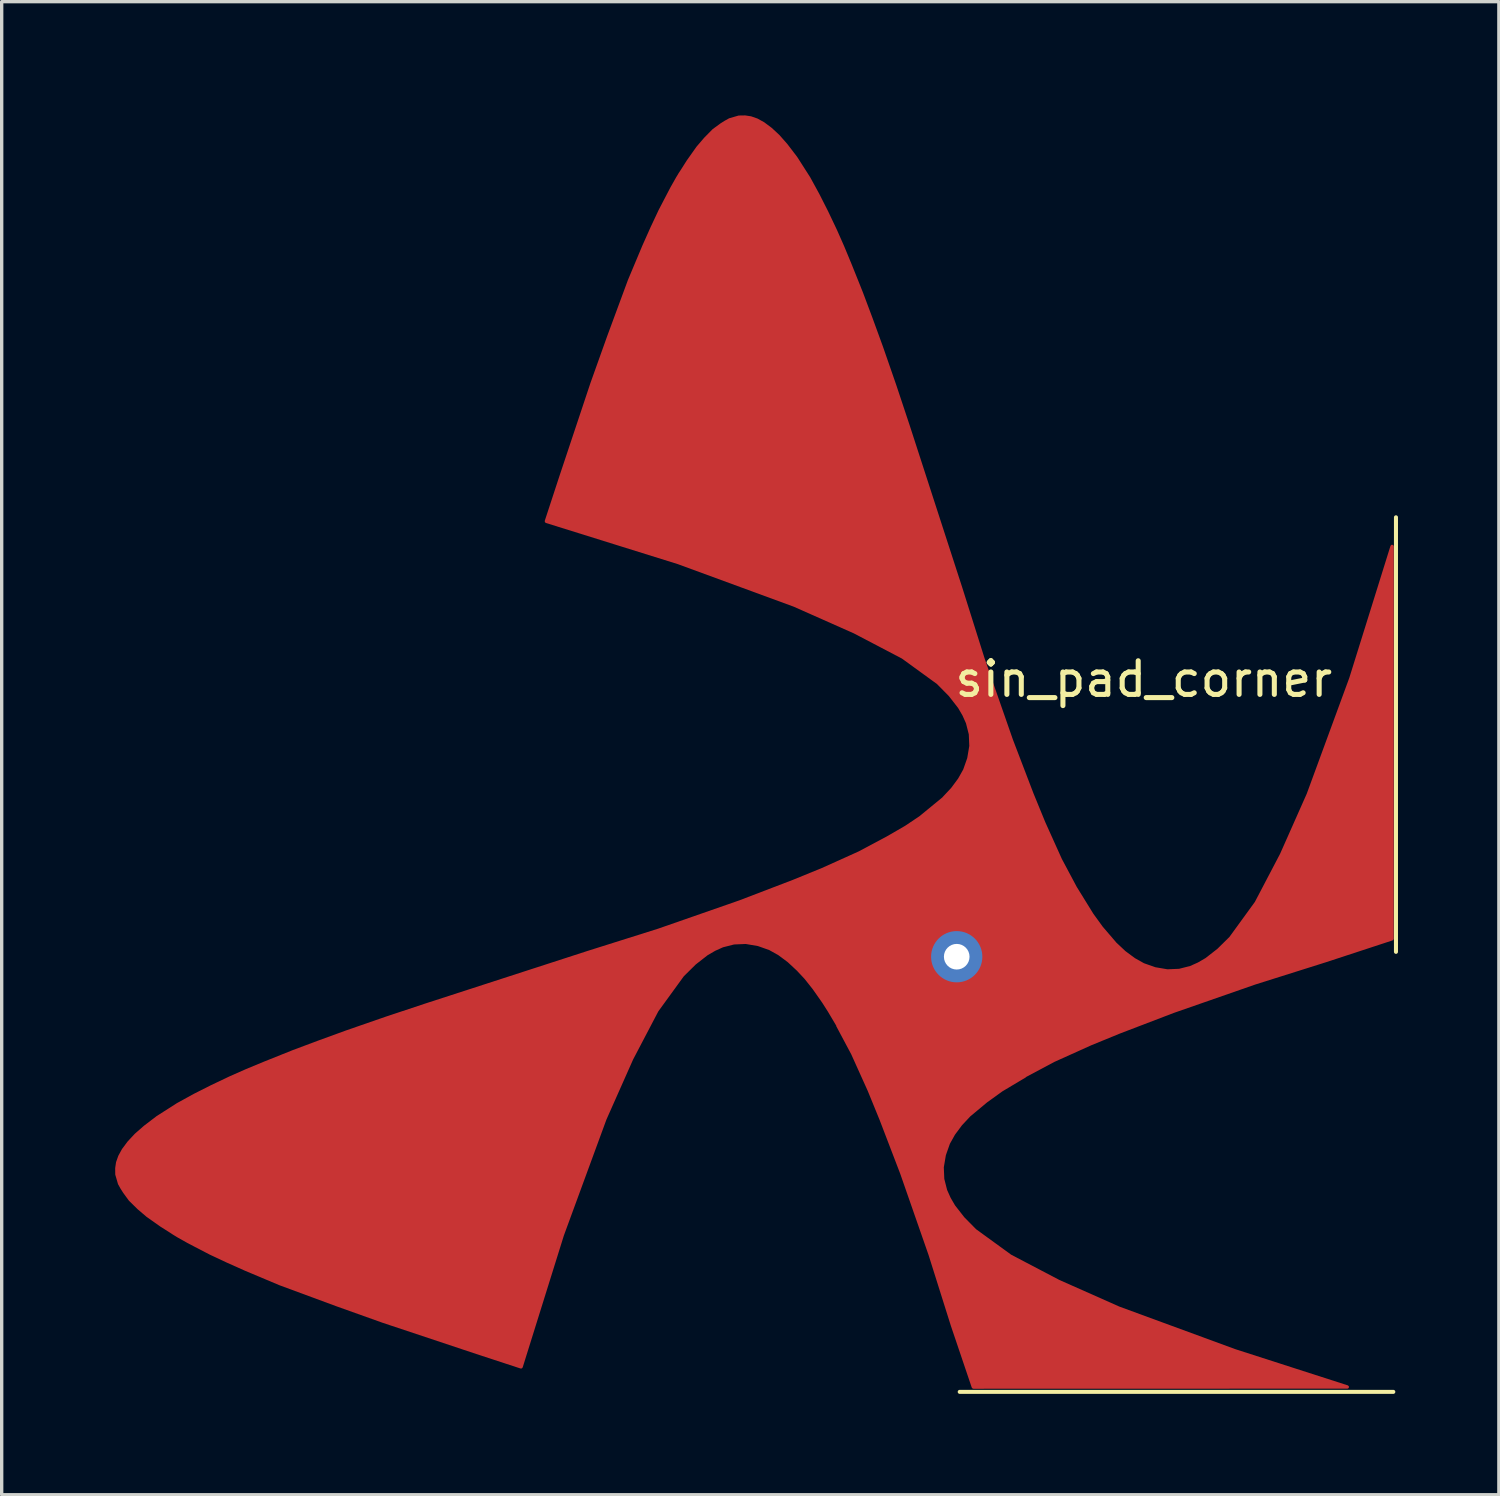
<source format=kicad_pcb>
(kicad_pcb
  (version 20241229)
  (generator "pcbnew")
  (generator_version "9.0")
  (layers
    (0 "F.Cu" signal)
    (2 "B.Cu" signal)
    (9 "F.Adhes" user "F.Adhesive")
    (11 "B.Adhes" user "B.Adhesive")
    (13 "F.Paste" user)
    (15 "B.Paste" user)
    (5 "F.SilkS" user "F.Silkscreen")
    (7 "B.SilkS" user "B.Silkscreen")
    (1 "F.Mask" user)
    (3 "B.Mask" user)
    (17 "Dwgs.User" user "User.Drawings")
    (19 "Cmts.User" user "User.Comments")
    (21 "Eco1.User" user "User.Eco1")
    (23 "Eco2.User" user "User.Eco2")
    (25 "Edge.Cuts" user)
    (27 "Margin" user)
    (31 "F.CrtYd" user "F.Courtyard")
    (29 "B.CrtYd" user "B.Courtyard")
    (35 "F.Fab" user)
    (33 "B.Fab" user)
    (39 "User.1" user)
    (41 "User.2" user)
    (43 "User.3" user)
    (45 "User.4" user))
  (footprint "sin_pad_corner"
    (layer "F.Cu")
    (at 25.398 25.398)
    (property "Reference" "sin_pad_corner" (at 5.563 -8.255 0) (layer "F.SilkS") (effects (font (size 1 1) (thickness 0.15))))
    (attr through_hole)
    (fp_line (start 0.089 12.939) (end 12.982 12.939) (stroke (width 0.12) (type solid)) (layer "F.SilkS"))
    (fp_line (start 13.061 -13.066) (end 13.061 -0.145) (stroke (width 0.12) (type solid)) (layer "F.SilkS"))
    (fp_line (start -25.398 6.286) (end -25.36 6.029) (stroke (width 0.000129) (type solid)) (layer "Dwgs.User"))
    (fp_line (start -25.386 6.542) (end -25.398 6.286) (stroke (width 0.000129) (type solid)) (layer "Dwgs.User"))
    (fp_line (start -25.36 6.029) (end -25.271 5.773) (stroke (width 0.000129) (type solid)) (layer "Dwgs.User"))
    (fp_line (start -25.322 6.799) (end -25.386 6.542) (stroke (width 0.000129) (type solid)) (layer "Dwgs.User"))
    (fp_line (start -25.271 5.773) (end -25.131 5.516) (stroke (width 0.000129) (type solid)) (layer "Dwgs.User"))
    (fp_line (start -25.207 7.056) (end -25.322 6.799) (stroke (width 0.000129) (type solid)) (layer "Dwgs.User"))
    (fp_line (start -25.131 5.516) (end -24.941 5.26) (stroke (width 0.000129) (type solid)) (layer "Dwgs.User"))
    (fp_line (start -25.042 7.312) (end -25.207 7.056) (stroke (width 0.000129) (type solid)) (layer "Dwgs.User"))
    (fp_line (start -25.018 6.305) (end -24.99 6.121) (stroke (width 0.000129) (type solid)) (layer "Dwgs.User"))
    (fp_line (start -25.009 6.486) (end -25.018 6.305) (stroke (width 0.000129) (type solid)) (layer "Dwgs.User"))
    (fp_line (start -24.99 6.121) (end -24.923 5.928) (stroke (width 0.000129) (type solid)) (layer "Dwgs.User"))
    (fp_line (start -24.962 6.674) (end -25.009 6.486) (stroke (width 0.000129) (type solid)) (layer "Dwgs.User"))
    (fp_line (start -24.941 5.26) (end -24.702 5.003) (stroke (width 0.000129) (type solid)) (layer "Dwgs.User"))
    (fp_line (start -24.923 5.928) (end -24.81 5.722) (stroke (width 0.000129) (type solid)) (layer "Dwgs.User"))
    (fp_line (start -24.873 6.873) (end -24.962 6.674) (stroke (width 0.000129) (type solid)) (layer "Dwgs.User"))
    (fp_line (start -24.827 7.569) (end -25.042 7.312) (stroke (width 0.000129) (type solid)) (layer "Dwgs.User"))
    (fp_line (start -24.81 5.722) (end -24.649 5.504) (stroke (width 0.000129) (type solid)) (layer "Dwgs.User"))
    (fp_line (start -24.736 7.085) (end -24.873 6.873) (stroke (width 0.000129) (type solid)) (layer "Dwgs.User"))
    (fp_line (start -24.702 5.003) (end -24.414 4.746) (stroke (width 0.000129) (type solid)) (layer "Dwgs.User"))
    (fp_line (start -24.649 5.504) (end -24.436 5.276) (stroke (width 0.000129) (type solid)) (layer "Dwgs.User"))
    (fp_line (start -24.564 7.825) (end -24.827 7.569) (stroke (width 0.000129) (type solid)) (layer "Dwgs.User"))
    (fp_line (start -24.549 7.309) (end -24.736 7.085) (stroke (width 0.000129) (type solid)) (layer "Dwgs.User"))
    (fp_line (start -24.436 5.276) (end -24.172 5.041) (stroke (width 0.000129) (type solid)) (layer "Dwgs.User"))
    (fp_line (start -24.414 4.746) (end -24.079 4.49) (stroke (width 0.000129) (type solid)) (layer "Dwgs.User"))
    (fp_line (start -24.31 7.541) (end -24.549 7.309) (stroke (width 0.000129) (type solid)) (layer "Dwgs.User"))
    (fp_line (start -24.252 8.082) (end -24.564 7.825) (stroke (width 0.000129) (type solid)) (layer "Dwgs.User"))
    (fp_line (start -24.172 5.041) (end -23.857 4.8) (stroke (width 0.000129) (type solid)) (layer "Dwgs.User"))
    (fp_line (start -24.079 4.49) (end -23.699 4.233) (stroke (width 0.000129) (type solid)) (layer "Dwgs.User"))
    (fp_line (start -24.021 7.779) (end -24.31 7.541) (stroke (width 0.000129) (type solid)) (layer "Dwgs.User"))
    (fp_line (start -23.894 8.338) (end -24.252 8.082) (stroke (width 0.000129) (type solid)) (layer "Dwgs.User"))
    (fp_line (start -23.857 4.8) (end -23.494 4.555) (stroke (width 0.000129) (type solid)) (layer "Dwgs.User"))
    (fp_line (start -23.699 4.233) (end -23.274 3.977) (stroke (width 0.000129) (type solid)) (layer "Dwgs.User"))
    (fp_line (start -23.682 8.022) (end -24.021 7.779) (stroke (width 0.000129) (type solid)) (layer "Dwgs.User"))
    (fp_line (start -23.494 4.555) (end -23.084 4.307) (stroke (width 0.000129) (type solid)) (layer "Dwgs.User"))
    (fp_line (start -23.492 8.595) (end -23.894 8.338) (stroke (width 0.000129) (type solid)) (layer "Dwgs.User"))
    (fp_line (start -23.295 8.269) (end -23.682 8.022) (stroke (width 0.000129) (type solid)) (layer "Dwgs.User"))
    (fp_line (start -23.274 3.977) (end -22.806 3.72) (stroke (width 0.000129) (type solid)) (layer "Dwgs.User"))
    (fp_line (start -23.084 4.307) (end -22.629 4.057) (stroke (width 0.000129) (type solid)) (layer "Dwgs.User"))
    (fp_line (start -23.045 8.852) (end -23.492 8.595) (stroke (width 0.000129) (type solid)) (layer "Dwgs.User"))
    (fp_line (start -22.862 8.518) (end -23.295 8.269) (stroke (width 0.000129) (type solid)) (layer "Dwgs.User"))
    (fp_line (start -22.806 3.72) (end -22.298 3.464) (stroke (width 0.000129) (type solid)) (layer "Dwgs.User"))
    (fp_line (start -22.629 4.057) (end -22.131 3.806) (stroke (width 0.000129) (type solid)) (layer "Dwgs.User"))
    (fp_line (start -22.557 9.108) (end -23.045 8.852) (stroke (width 0.000129) (type solid)) (layer "Dwgs.User"))
    (fp_line (start -22.385 8.768) (end -22.862 8.518) (stroke (width 0.000129) (type solid)) (layer "Dwgs.User"))
    (fp_line (start -22.298 3.464) (end -21.751 3.207) (stroke (width 0.000129) (type solid)) (layer "Dwgs.User"))
    (fp_line (start -22.131 3.806) (end -21.594 3.554) (stroke (width 0.000129) (type solid)) (layer "Dwgs.User"))
    (fp_line (start -22.029 9.365) (end -22.557 9.108) (stroke (width 0.000129) (type solid)) (layer "Dwgs.User"))
    (fp_line (start -21.867 9.02) (end -22.385 8.768) (stroke (width 0.000129) (type solid)) (layer "Dwgs.User"))
    (fp_line (start -21.751 3.207) (end -21.168 2.951) (stroke (width 0.000129) (type solid)) (layer "Dwgs.User"))
    (fp_line (start -21.594 3.554) (end -21.018 3.301) (stroke (width 0.000129) (type solid)) (layer "Dwgs.User"))
    (fp_line (start -21.464 9.621) (end -22.029 9.365) (stroke (width 0.000129) (type solid)) (layer "Dwgs.User"))
    (fp_line (start -21.311 9.272) (end -21.867 9.02) (stroke (width 0.000129) (type solid)) (layer "Dwgs.User"))
    (fp_line (start -21.168 2.951) (end -20.551 2.694) (stroke (width 0.000129) (type solid)) (layer "Dwgs.User"))
    (fp_line (start -21.018 3.301) (end -20.408 3.047) (stroke (width 0.000129) (type solid)) (layer "Dwgs.User"))
    (fp_line (start -20.863 9.878) (end -21.464 9.621) (stroke (width 0.000129) (type solid)) (layer "Dwgs.User"))
    (fp_line (start -20.717 9.526) (end -21.311 9.272) (stroke (width 0.000129) (type solid)) (layer "Dwgs.User"))
    (fp_line (start -20.551 2.694) (end -19.902 2.437) (stroke (width 0.000129) (type solid)) (layer "Dwgs.User"))
    (fp_line (start -20.408 3.047) (end -19.764 2.793) (stroke (width 0.000129) (type solid)) (layer "Dwgs.User"))
    (fp_line (start -20.23 10.134) (end -20.863 9.878) (stroke (width 0.000129) (type solid)) (layer "Dwgs.User"))
    (fp_line (start -20.09 9.78) (end -20.717 9.526) (stroke (width 0.000129) (type solid)) (layer "Dwgs.User"))
    (fp_line (start -19.902 2.437) (end -19.224 2.181) (stroke (width 0.000129) (type solid)) (layer "Dwgs.User"))
    (fp_line (start -19.764 2.793) (end -19.091 2.538) (stroke (width 0.000129) (type solid)) (layer "Dwgs.User"))
    (fp_line (start -19.566 10.391) (end -20.23 10.134) (stroke (width 0.000129) (type solid)) (layer "Dwgs.User"))
    (fp_line (start -19.431 10.035) (end -20.09 9.78) (stroke (width 0.000129) (type solid)) (layer "Dwgs.User"))
    (fp_line (start -19.224 2.181) (end -18.519 1.924) (stroke (width 0.000129) (type solid)) (layer "Dwgs.User"))
    (fp_line (start -19.091 2.538) (end -18.391 2.283) (stroke (width 0.000129) (type solid)) (layer "Dwgs.User"))
    (fp_line (start -18.875 10.647) (end -19.566 10.391) (stroke (width 0.000129) (type solid)) (layer "Dwgs.User"))
    (fp_line (start -18.744 10.289) (end -19.431 10.035) (stroke (width 0.000129) (type solid)) (layer "Dwgs.User"))
    (fp_line (start -18.519 1.924) (end -17.792 1.668) (stroke (width 0.000129) (type solid)) (layer "Dwgs.User"))
    (fp_line (start -18.391 2.283) (end -17.667 2.028) (stroke (width 0.000129) (type solid)) (layer "Dwgs.User"))
    (fp_line (start -18.158 10.904) (end -18.875 10.647) (stroke (width 0.000129) (type solid)) (layer "Dwgs.User"))
    (fp_line (start -18.032 10.545) (end -18.744 10.289) (stroke (width 0.000129) (type solid)) (layer "Dwgs.User"))
    (fp_line (start -17.792 1.668) (end -17.044 1.411) (stroke (width 0.000129) (type solid)) (layer "Dwgs.User"))
    (fp_line (start -17.667 2.028) (end -16.921 1.772) (stroke (width 0.000129) (type solid)) (layer "Dwgs.User"))
    (fp_line (start -17.42 11.161) (end -18.158 10.904) (stroke (width 0.000129) (type solid)) (layer "Dwgs.User"))
    (fp_line (start -17.297 10.8) (end -18.032 10.545) (stroke (width 0.000129) (type solid)) (layer "Dwgs.User"))
    (fp_line (start -17.044 1.411) (end -16.278 1.155) (stroke (width 0.000129) (type solid)) (layer "Dwgs.User"))
    (fp_line (start -16.921 1.772) (end -16.158 1.516) (stroke (width 0.000129) (type solid)) (layer "Dwgs.User"))
    (fp_line (start -16.663 11.417) (end -17.42 11.161) (stroke (width 0.000129) (type solid)) (layer "Dwgs.User"))
    (fp_line (start -16.542 11.056) (end -17.297 10.8) (stroke (width 0.000129) (type solid)) (layer "Dwgs.User"))
    (fp_line (start -16.278 1.155) (end -15.498 0.898) (stroke (width 0.000129) (type solid)) (layer "Dwgs.User"))
    (fp_line (start -16.158 1.516) (end -15.38 1.26) (stroke (width 0.000129) (type solid)) (layer "Dwgs.User"))
    (fp_line (start -15.89 11.674) (end -16.663 11.417) (stroke (width 0.000129) (type solid)) (layer "Dwgs.User"))
    (fp_line (start -15.771 11.312) (end -16.542 11.056) (stroke (width 0.000129) (type solid)) (layer "Dwgs.User"))
    (fp_line (start -15.498 0.898) (end -14.707 0.641) (stroke (width 0.000129) (type solid)) (layer "Dwgs.User"))
    (fp_line (start -15.38 1.26) (end -14.59 1.004) (stroke (width 0.000129) (type solid)) (layer "Dwgs.User"))
    (fp_line (start -15.103 11.93) (end -15.89 11.674) (stroke (width 0.000129) (type solid)) (layer "Dwgs.User"))
    (fp_line (start -14.986 11.568) (end -15.771 11.312) (stroke (width 0.000129) (type solid)) (layer "Dwgs.User"))
    (fp_line (start -14.707 0.641) (end -13.907 0.385) (stroke (width 0.000129) (type solid)) (layer "Dwgs.User"))
    (fp_line (start -14.59 1.004) (end -13.791 0.748) (stroke (width 0.000129) (type solid)) (layer "Dwgs.User"))
    (fp_line (start -14.308 12.187) (end -15.103 11.93) (stroke (width 0.000129) (type solid)) (layer "Dwgs.User"))
    (fp_line (start -14.191 11.824) (end -14.986 11.568) (stroke (width 0.000129) (type solid)) (layer "Dwgs.User"))
    (fp_line (start -13.907 0.385) (end -13.103 0.128) (stroke (width 0.000129) (type solid)) (layer "Dwgs.User"))
    (fp_line (start -13.791 0.748) (end -12.987 0.491) (stroke (width 0.000129) (type solid)) (layer "Dwgs.User"))
    (fp_line (start -13.505 12.443) (end -14.308 12.187) (stroke (width 0.000129) (type solid)) (layer "Dwgs.User"))
    (fp_line (start -13.39 12.08) (end -14.191 11.824) (stroke (width 0.000129) (type solid)) (layer "Dwgs.User"))
    (fp_line (start -13.103 0.128) (end -12.297 -0.128) (stroke (width 0.000129) (type solid)) (layer "Dwgs.User"))
    (fp_line (start -13.063 12.584) (end -12.806 11.779) (stroke (width 0.000129) (type solid)) (layer "Dwgs.User"))
    (fp_line (start -12.987 0.491) (end -12.181 0.235) (stroke (width 0.000129) (type solid)) (layer "Dwgs.User"))
    (fp_line (start -12.806 11.779) (end -12.55 10.976) (stroke (width 0.000129) (type solid)) (layer "Dwgs.User"))
    (fp_line (start -12.7 -12.7) (end -12.443 -13.505) (stroke (width 0.000129) (type solid)) (layer "Dwgs.User"))
    (fp_line (start -12.7 12.7) (end -12.443 11.895) (stroke (width 0.000129) (type solid)) (layer "Dwgs.User"))
    (fp_line (start -12.7 12.7) (end -13.505 12.443) (stroke (width 0.000129) (type solid)) (layer "Dwgs.User"))
    (fp_line (start -12.584 12.337) (end -13.39 12.08) (stroke (width 0.000129) (type solid)) (layer "Dwgs.User"))
    (fp_line (start -12.55 10.976) (end -12.293 10.179) (stroke (width 0.000129) (type solid)) (layer "Dwgs.User"))
    (fp_line (start -12.443 -13.505) (end -12.187 -14.308) (stroke (width 0.000129) (type solid)) (layer "Dwgs.User"))
    (fp_line (start -12.443 11.895) (end -12.187 11.092) (stroke (width 0.000129) (type solid)) (layer "Dwgs.User"))
    (fp_line (start -12.337 -12.584) (end -12.08 -13.39) (stroke (width 0.000129) (type solid)) (layer "Dwgs.User"))
    (fp_line (start -12.297 -0.128) (end -11.493 -0.385) (stroke (width 0.000129) (type solid)) (layer "Dwgs.User"))
    (fp_line (start -12.293 10.179) (end -12.036 9.391) (stroke (width 0.000129) (type solid)) (layer "Dwgs.User"))
    (fp_line (start -12.187 -14.308) (end -11.93 -15.103) (stroke (width 0.000129) (type solid)) (layer "Dwgs.User"))
    (fp_line (start -12.187 11.092) (end -11.93 10.297) (stroke (width 0.000129) (type solid)) (layer "Dwgs.User"))
    (fp_line (start -12.181 0.235) (end -11.377 -0.022) (stroke (width 0.000129) (type solid)) (layer "Dwgs.User"))
    (fp_line (start -12.08 -13.39) (end -11.824 -14.191) (stroke (width 0.000129) (type solid)) (layer "Dwgs.User"))
    (fp_line (start -12.036 9.391) (end -11.778 8.616) (stroke (width 0.000129) (type solid)) (layer "Dwgs.User"))
    (fp_line (start -11.93 -15.103) (end -11.674 -15.89) (stroke (width 0.000129) (type solid)) (layer "Dwgs.User"))
    (fp_line (start -11.93 10.297) (end -11.674 9.51) (stroke (width 0.000129) (type solid)) (layer "Dwgs.User"))
    (fp_line (start -11.895 -12.443) (end -12.7 -12.7) (stroke (width 0.000129) (type solid)) (layer "Dwgs.User"))
    (fp_line (start -11.824 -14.191) (end -11.568 -14.986) (stroke (width 0.000129) (type solid)) (layer "Dwgs.User"))
    (fp_line (start -11.779 -12.806) (end -12.584 -13.063) (stroke (width 0.000129) (type solid)) (layer "Dwgs.User"))
    (fp_line (start -11.778 8.616) (end -11.521 7.856) (stroke (width 0.000129) (type solid)) (layer "Dwgs.User"))
    (fp_line (start -11.674 -15.89) (end -11.417 -16.663) (stroke (width 0.000129) (type solid)) (layer "Dwgs.User"))
    (fp_line (start -11.674 9.51) (end -11.417 8.737) (stroke (width 0.000129) (type solid)) (layer "Dwgs.User"))
    (fp_line (start -11.568 -14.986) (end -11.312 -15.771) (stroke (width 0.000129) (type solid)) (layer "Dwgs.User"))
    (fp_line (start -11.521 7.856) (end -11.263 7.115) (stroke (width 0.000129) (type solid)) (layer "Dwgs.User"))
    (fp_line (start -11.493 -0.385) (end -10.693 -0.641) (stroke (width 0.000129) (type solid)) (layer "Dwgs.User"))
    (fp_line (start -11.417 -16.663) (end -11.161 -17.42) (stroke (width 0.000129) (type solid)) (layer "Dwgs.User"))
    (fp_line (start -11.417 8.737) (end -11.161 7.98) (stroke (width 0.000129) (type solid)) (layer "Dwgs.User"))
    (fp_line (start -11.377 -0.022) (end -10.576 -0.279) (stroke (width 0.000129) (type solid)) (layer "Dwgs.User"))
    (fp_line (start -11.312 -15.771) (end -11.056 -16.542) (stroke (width 0.000129) (type solid)) (layer "Dwgs.User"))
    (fp_line (start -11.263 7.115) (end -11.005 6.395) (stroke (width 0.000129) (type solid)) (layer "Dwgs.User"))
    (fp_line (start -11.161 -17.42) (end -10.904 -18.158) (stroke (width 0.000129) (type solid)) (layer "Dwgs.User"))
    (fp_line (start -11.161 7.98) (end -10.904 7.242) (stroke (width 0.000129) (type solid)) (layer "Dwgs.User"))
    (fp_line (start -11.092 -12.187) (end -11.895 -12.443) (stroke (width 0.000129) (type solid)) (layer "Dwgs.User"))
    (fp_line (start -11.056 -16.542) (end -10.8 -17.297) (stroke (width 0.000129) (type solid)) (layer "Dwgs.User"))
    (fp_line (start -11.005 6.395) (end -10.747 5.699) (stroke (width 0.000129) (type solid)) (layer "Dwgs.User"))
    (fp_line (start -10.976 -12.55) (end -11.779 -12.806) (stroke (width 0.000129) (type solid)) (layer "Dwgs.User"))
    (fp_line (start -10.904 -18.158) (end -10.647 -18.875) (stroke (width 0.000129) (type solid)) (layer "Dwgs.User"))
    (fp_line (start -10.904 7.242) (end -10.647 6.525) (stroke (width 0.000129) (type solid)) (layer "Dwgs.User"))
    (fp_line (start -10.8 -17.297) (end -10.545 -18.032) (stroke (width 0.000129) (type solid)) (layer "Dwgs.User"))
    (fp_line (start -10.747 5.699) (end -10.489 5.03) (stroke (width 0.000129) (type solid)) (layer "Dwgs.User"))
    (fp_line (start -10.693 -0.641) (end -9.902 -0.898) (stroke (width 0.000129) (type solid)) (layer "Dwgs.User"))
    (fp_line (start -10.647 -18.875) (end -10.391 -19.566) (stroke (width 0.000129) (type solid)) (layer "Dwgs.User"))
    (fp_line (start -10.647 6.525) (end -10.391 5.834) (stroke (width 0.000129) (type solid)) (layer "Dwgs.User"))
    (fp_line (start -10.576 -0.279) (end -9.784 -0.536) (stroke (width 0.000129) (type solid)) (layer "Dwgs.User"))
    (fp_line (start -10.545 -18.032) (end -10.289 -18.744) (stroke (width 0.000129) (type solid)) (layer "Dwgs.User"))
    (fp_line (start -10.489 5.03) (end -10.23 4.39) (stroke (width 0.000129) (type solid)) (layer "Dwgs.User"))
    (fp_line (start -10.391 -19.566) (end -10.134 -20.23) (stroke (width 0.000129) (type solid)) (layer "Dwgs.User"))
    (fp_line (start -10.391 5.834) (end -10.134 5.17) (stroke (width 0.000129) (type solid)) (layer "Dwgs.User"))
    (fp_line (start -10.297 -11.93) (end -11.092 -12.187) (stroke (width 0.000129) (type solid)) (layer "Dwgs.User"))
    (fp_line (start -10.289 -18.744) (end -10.035 -19.431) (stroke (width 0.000129) (type solid)) (layer "Dwgs.User"))
    (fp_line (start -10.23 4.39) (end -9.97 3.783) (stroke (width 0.000129) (type solid)) (layer "Dwgs.User"))
    (fp_line (start -10.179 -12.293) (end -10.976 -12.55) (stroke (width 0.000129) (type solid)) (layer "Dwgs.User"))
    (fp_line (start -10.134 -20.23) (end -9.878 -20.863) (stroke (width 0.000129) (type solid)) (layer "Dwgs.User"))
    (fp_line (start -10.134 5.17) (end -9.878 4.537) (stroke (width 0.000129) (type solid)) (layer "Dwgs.User"))
    (fp_line (start -10.035 -19.431) (end -9.78 -20.09) (stroke (width 0.000129) (type solid)) (layer "Dwgs.User"))
    (fp_line (start -9.97 3.783) (end -9.71 3.209) (stroke (width 0.000129) (type solid)) (layer "Dwgs.User"))
    (fp_line (start -9.902 -0.898) (end -9.122 -1.155) (stroke (width 0.000129) (type solid)) (layer "Dwgs.User"))
    (fp_line (start -9.878 -20.863) (end -9.621 -21.464) (stroke (width 0.000129) (type solid)) (layer "Dwgs.User"))
    (fp_line (start -9.878 4.537) (end -9.621 3.936) (stroke (width 0.000129) (type solid)) (layer "Dwgs.User"))
    (fp_line (start -9.784 -0.536) (end -9.002 -0.793) (stroke (width 0.000129) (type solid)) (layer "Dwgs.User"))
    (fp_line (start -9.78 -20.09) (end -9.526 -20.717) (stroke (width 0.000129) (type solid)) (layer "Dwgs.User"))
    (fp_line (start -9.71 3.209) (end -9.448 2.671) (stroke (width 0.000129) (type solid)) (layer "Dwgs.User"))
    (fp_line (start -9.621 -21.464) (end -9.365 -22.029) (stroke (width 0.000129) (type solid)) (layer "Dwgs.User"))
    (fp_line (start -9.621 3.936) (end -9.365 3.371) (stroke (width 0.000129) (type solid)) (layer "Dwgs.User"))
    (fp_line (start -9.526 -20.717) (end -9.272 -21.311) (stroke (width 0.000129) (type solid)) (layer "Dwgs.User"))
    (fp_line (start -9.51 -11.674) (end -10.297 -11.93) (stroke (width 0.000129) (type solid)) (layer "Dwgs.User"))
    (fp_line (start -9.448 2.671) (end -9.186 2.172) (stroke (width 0.000129) (type solid)) (layer "Dwgs.User"))
    (fp_line (start -9.391 -12.036) (end -10.179 -12.293) (stroke (width 0.000129) (type solid)) (layer "Dwgs.User"))
    (fp_line (start -9.365 -22.029) (end -9.108 -22.557) (stroke (width 0.000129) (type solid)) (layer "Dwgs.User"))
    (fp_line (start -9.365 3.371) (end -9.108 2.843) (stroke (width 0.000129) (type solid)) (layer "Dwgs.User"))
    (fp_line (start -9.272 -21.311) (end -9.02 -21.867) (stroke (width 0.000129) (type solid)) (layer "Dwgs.User"))
    (fp_line (start -9.186 2.172) (end -8.921 1.712) (stroke (width 0.000129) (type solid)) (layer "Dwgs.User"))
    (fp_line (start -9.122 -1.155) (end -8.356 -1.411) (stroke (width 0.000129) (type solid)) (layer "Dwgs.User"))
    (fp_line (start -9.108 -22.557) (end -8.852 -23.045) (stroke (width 0.000129) (type solid)) (layer "Dwgs.User"))
    (fp_line (start -9.108 2.843) (end -8.852 2.355) (stroke (width 0.000129) (type solid)) (layer "Dwgs.User"))
    (fp_line (start -9.02 -21.867) (end -8.768 -22.385) (stroke (width 0.000129) (type solid)) (layer "Dwgs.User"))
    (fp_line (start -9.002 -0.793) (end -8.234 -1.05) (stroke (width 0.000129) (type solid)) (layer "Dwgs.User"))
    (fp_line (start -8.921 1.712) (end -8.654 1.293) (stroke (width 0.000129) (type solid)) (layer "Dwgs.User"))
    (fp_line (start -8.852 -23.045) (end -8.595 -23.492) (stroke (width 0.000129) (type solid)) (layer "Dwgs.User"))
    (fp_line (start -8.852 2.355) (end -8.595 1.908) (stroke (width 0.000129) (type solid)) (layer "Dwgs.User"))
    (fp_line (start -8.768 -22.385) (end -8.518 -22.862) (stroke (width 0.000129) (type solid)) (layer "Dwgs.User"))
    (fp_line (start -8.737 -11.417) (end -9.51 -11.674) (stroke (width 0.000129) (type solid)) (layer "Dwgs.User"))
    (fp_line (start -8.654 1.293) (end -8.384 0.916) (stroke (width 0.000129) (type solid)) (layer "Dwgs.User"))
    (fp_line (start -8.616 -11.778) (end -9.391 -12.036) (stroke (width 0.000129) (type solid)) (layer "Dwgs.User"))
    (fp_line (start -8.595 -23.492) (end -8.338 -23.894) (stroke (width 0.000129) (type solid)) (layer "Dwgs.User"))
    (fp_line (start -8.595 1.908) (end -8.338 1.506) (stroke (width 0.000129) (type solid)) (layer "Dwgs.User"))
    (fp_line (start -8.518 -22.862) (end -8.269 -23.295) (stroke (width 0.000129) (type solid)) (layer "Dwgs.User"))
    (fp_line (start -8.384 0.916) (end -8.11 0.583) (stroke (width 0.000129) (type solid)) (layer "Dwgs.User"))
    (fp_line (start -8.356 -1.411) (end -7.608 -1.668) (stroke (width 0.000129) (type solid)) (layer "Dwgs.User"))
    (fp_line (start -8.338 -23.894) (end -8.082 -24.252) (stroke (width 0.000129) (type solid)) (layer "Dwgs.User"))
    (fp_line (start -8.338 1.506) (end -8.082 1.148) (stroke (width 0.000129) (type solid)) (layer "Dwgs.User"))
    (fp_line (start -8.269 -23.295) (end -8.022 -23.682) (stroke (width 0.000129) (type solid)) (layer "Dwgs.User"))
    (fp_line (start -8.234 -1.05) (end -7.483 -1.308) (stroke (width 0.000129) (type solid)) (layer "Dwgs.User"))
    (fp_line (start -8.11 0.583) (end -7.829 0.294) (stroke (width 0.000129) (type solid)) (layer "Dwgs.User"))
    (fp_line (start -8.082 -24.252) (end -7.825 -24.564) (stroke (width 0.000129) (type solid)) (layer "Dwgs.User"))
    (fp_line (start -8.082 1.148) (end -7.825 0.836) (stroke (width 0.000129) (type solid)) (layer "Dwgs.User"))
    (fp_line (start -8.022 -23.682) (end -7.779 -24.021) (stroke (width 0.000129) (type solid)) (layer "Dwgs.User"))
    (fp_line (start -7.98 -11.161) (end -8.737 -11.417) (stroke (width 0.000129) (type solid)) (layer "Dwgs.User"))
    (fp_line (start -7.856 -11.521) (end -8.616 -11.778) (stroke (width 0.000129) (type solid)) (layer "Dwgs.User"))
    (fp_line (start -7.829 0.294) (end -7.539 0.052) (stroke (width 0.000129) (type solid)) (layer "Dwgs.User"))
    (fp_line (start -7.825 -24.564) (end -7.569 -24.827) (stroke (width 0.000129) (type solid)) (layer "Dwgs.User"))
    (fp_line (start -7.825 0.836) (end -7.569 0.573) (stroke (width 0.000129) (type solid)) (layer "Dwgs.User"))
    (fp_line (start -7.779 -24.021) (end -7.541 -24.31) (stroke (width 0.000129) (type solid)) (layer "Dwgs.User"))
    (fp_line (start -7.608 -1.668) (end -6.881 -1.924) (stroke (width 0.000129) (type solid)) (layer "Dwgs.User"))
    (fp_line (start -7.569 -24.827) (end -7.312 -25.042) (stroke (width 0.000129) (type solid)) (layer "Dwgs.User"))
    (fp_line (start -7.569 0.573) (end -7.312 0.358) (stroke (width 0.000129) (type solid)) (layer "Dwgs.User"))
    (fp_line (start -7.541 -24.31) (end -7.309 -24.549) (stroke (width 0.000129) (type solid)) (layer "Dwgs.User"))
    (fp_line (start -7.539 0.052) (end -7.238 -0.142) (stroke (width 0.000129) (type solid)) (layer "Dwgs.User"))
    (fp_line (start -7.483 -1.308) (end -6.752 -1.566) (stroke (width 0.000129) (type solid)) (layer "Dwgs.User"))
    (fp_line (start -7.312 -25.042) (end -7.056 -25.207) (stroke (width 0.000129) (type solid)) (layer "Dwgs.User"))
    (fp_line (start -7.312 0.358) (end -7.056 0.193) (stroke (width 0.000129) (type solid)) (layer "Dwgs.User"))
    (fp_line (start -7.309 -24.549) (end -7.085 -24.736) (stroke (width 0.000129) (type solid)) (layer "Dwgs.User"))
    (fp_line (start -7.242 -10.904) (end -7.98 -11.161) (stroke (width 0.000129) (type solid)) (layer "Dwgs.User"))
    (fp_line (start -7.238 -0.142) (end -6.924 -0.282) (stroke (width 0.000129) (type solid)) (layer "Dwgs.User"))
    (fp_line (start -7.115 -11.263) (end -7.856 -11.521) (stroke (width 0.000129) (type solid)) (layer "Dwgs.User"))
    (fp_line (start -7.085 -24.736) (end -6.873 -24.873) (stroke (width 0.000129) (type solid)) (layer "Dwgs.User"))
    (fp_line (start -7.056 -25.207) (end -6.799 -25.322) (stroke (width 0.000129) (type solid)) (layer "Dwgs.User"))
    (fp_line (start -7.056 0.193) (end -6.799 0.078) (stroke (width 0.000129) (type solid)) (layer "Dwgs.User"))
    (fp_line (start -6.924 -0.282) (end -6.599 -0.362) (stroke (width 0.000129) (type solid)) (layer "Dwgs.User"))
    (fp_line (start -6.881 -1.924) (end -6.176 -2.181) (stroke (width 0.000129) (type solid)) (layer "Dwgs.User"))
    (fp_line (start -6.873 -24.873) (end -6.674 -24.962) (stroke (width 0.000129) (type solid)) (layer "Dwgs.User"))
    (fp_line (start -6.799 -25.322) (end -6.542 -25.386) (stroke (width 0.000129) (type solid)) (layer "Dwgs.User"))
    (fp_line (start -6.799 0.078) (end -6.542 0.014) (stroke (width 0.000129) (type solid)) (layer "Dwgs.User"))
    (fp_line (start -6.752 -1.566) (end -6.044 -1.824) (stroke (width 0.000129) (type solid)) (layer "Dwgs.User"))
    (fp_line (start -6.674 -24.962) (end -6.486 -25.009) (stroke (width 0.000129) (type solid)) (layer "Dwgs.User"))
    (fp_line (start -6.599 -0.362) (end -6.267 -0.379) (stroke (width 0.000129) (type solid)) (layer "Dwgs.User"))
    (fp_line (start -6.542 -25.386) (end -6.286 -25.398) (stroke (width 0.000129) (type solid)) (layer "Dwgs.User"))
    (fp_line (start -6.542 0.014) (end -6.286 0.002) (stroke (width 0.000129) (type solid)) (layer "Dwgs.User"))
    (fp_line (start -6.525 -10.647) (end -7.242 -10.904) (stroke (width 0.000129) (type solid)) (layer "Dwgs.User"))
    (fp_line (start -6.486 -25.009) (end -6.305 -25.018) (stroke (width 0.000129) (type solid)) (layer "Dwgs.User"))
    (fp_line (start -6.395 -11.005) (end -7.115 -11.263) (stroke (width 0.000129) (type solid)) (layer "Dwgs.User"))
    (fp_line (start -6.305 -25.018) (end -6.121 -24.99) (stroke (width 0.000129) (type solid)) (layer "Dwgs.User"))
    (fp_line (start -6.286 -25.398) (end -6.029 -25.36) (stroke (width 0.000129) (type solid)) (layer "Dwgs.User"))
    (fp_line (start -6.286 0.002) (end -6.029 0.04) (stroke (width 0.000129) (type solid)) (layer "Dwgs.User"))
    (fp_line (start -6.267 -0.379) (end -5.937 -0.33) (stroke (width 0.000129) (type solid)) (layer "Dwgs.User"))
    (fp_line (start -6.176 -2.181) (end -5.498 -2.437) (stroke (width 0.000129) (type solid)) (layer "Dwgs.User"))
    (fp_line (start -6.121 -24.99) (end -5.928 -24.923) (stroke (width 0.000129) (type solid)) (layer "Dwgs.User"))
    (fp_line (start -6.044 -1.824) (end -5.361 -2.082) (stroke (width 0.000129) (type solid)) (layer "Dwgs.User"))
    (fp_line (start -6.029 -25.36) (end -5.773 -25.271) (stroke (width 0.000129) (type solid)) (layer "Dwgs.User"))
    (fp_line (start -6.029 0.04) (end -5.773 0.129) (stroke (width 0.000129) (type solid)) (layer "Dwgs.User"))
    (fp_line (start -5.937 -0.33) (end -5.617 -0.219) (stroke (width 0.000129) (type solid)) (layer "Dwgs.User"))
    (fp_line (start -5.928 -24.923) (end -5.722 -24.81) (stroke (width 0.000129) (type solid)) (layer "Dwgs.User"))
    (fp_line (start -5.834 -10.391) (end -6.525 -10.647) (stroke (width 0.000129) (type solid)) (layer "Dwgs.User"))
    (fp_line (start -5.773 -25.271) (end -5.516 -25.131) (stroke (width 0.000129) (type solid)) (layer "Dwgs.User"))
    (fp_line (start -5.773 0.129) (end -5.516 0.269) (stroke (width 0.000129) (type solid)) (layer "Dwgs.User"))
    (fp_line (start -5.722 -24.81) (end -5.504 -24.649) (stroke (width 0.000129) (type solid)) (layer "Dwgs.User"))
    (fp_line (start -5.699 -10.747) (end -6.395 -11.005) (stroke (width 0.000129) (type solid)) (layer "Dwgs.User"))
    (fp_line (start -5.617 -0.219) (end -5.31 -0.051) (stroke (width 0.000129) (type solid)) (layer "Dwgs.User"))
    (fp_line (start -5.516 -25.131) (end -5.26 -24.941) (stroke (width 0.000129) (type solid)) (layer "Dwgs.User"))
    (fp_line (start -5.516 0.269) (end -5.26 0.459) (stroke (width 0.000129) (type solid)) (layer "Dwgs.User"))
    (fp_line (start -5.504 -24.649) (end -5.276 -24.436) (stroke (width 0.000129) (type solid)) (layer "Dwgs.User"))
    (fp_line (start -5.498 -2.437) (end -4.849 -2.694) (stroke (width 0.000129) (type solid)) (layer "Dwgs.User"))
    (fp_line (start -5.361 -2.082) (end -4.706 -2.341) (stroke (width 0.000129) (type solid)) (layer "Dwgs.User"))
    (fp_line (start -5.31 -0.051) (end -5.015 0.167) (stroke (width 0.000129) (type solid)) (layer "Dwgs.User"))
    (fp_line (start -5.276 -24.436) (end -5.041 -24.172) (stroke (width 0.000129) (type solid)) (layer "Dwgs.User"))
    (fp_line (start -5.26 -24.941) (end -5.003 -24.702) (stroke (width 0.000129) (type solid)) (layer "Dwgs.User"))
    (fp_line (start -5.26 0.459) (end -5.003 0.698) (stroke (width 0.000129) (type solid)) (layer "Dwgs.User"))
    (fp_line (start -5.17 -10.134) (end -5.834 -10.391) (stroke (width 0.000129) (type solid)) (layer "Dwgs.User"))
    (fp_line (start -5.041 -24.172) (end -4.8 -23.857) (stroke (width 0.000129) (type solid)) (layer "Dwgs.User"))
    (fp_line (start -5.03 -10.489) (end -5.699 -10.747) (stroke (width 0.000129) (type solid)) (layer "Dwgs.User"))
    (fp_line (start -5.015 0.167) (end -4.73 0.433) (stroke (width 0.000129) (type solid)) (layer "Dwgs.User"))
    (fp_line (start -5.003 -24.702) (end -4.746 -24.414) (stroke (width 0.000129) (type solid)) (layer "Dwgs.User"))
    (fp_line (start -5.003 0.698) (end -4.746 0.986) (stroke (width 0.000129) (type solid)) (layer "Dwgs.User"))
    (fp_line (start -4.849 -2.694) (end -4.232 -2.951) (stroke (width 0.000129) (type solid)) (layer "Dwgs.User"))
    (fp_line (start -4.8 -23.857) (end -4.555 -23.494) (stroke (width 0.000129) (type solid)) (layer "Dwgs.User"))
    (fp_line (start -4.746 -24.414) (end -4.49 -24.079) (stroke (width 0.000129) (type solid)) (layer "Dwgs.User"))
    (fp_line (start -4.746 0.986) (end -4.49 1.321) (stroke (width 0.000129) (type solid)) (layer "Dwgs.User"))
    (fp_line (start -4.73 0.433) (end -4.452 0.744) (stroke (width 0.000129) (type solid)) (layer "Dwgs.User"))
    (fp_line (start -4.706 -2.341) (end -4.082 -2.6) (stroke (width 0.000129) (type solid)) (layer "Dwgs.User"))
    (fp_line (start -4.555 -23.494) (end -4.307 -23.084) (stroke (width 0.000129) (type solid)) (layer "Dwgs.User"))
    (fp_line (start -4.537 -9.878) (end -5.17 -10.134) (stroke (width 0.000129) (type solid)) (layer "Dwgs.User"))
    (fp_line (start -4.49 -24.079) (end -4.233 -23.699) (stroke (width 0.000129) (type solid)) (layer "Dwgs.User"))
    (fp_line (start -4.49 1.321) (end -4.233 1.701) (stroke (width 0.000129) (type solid)) (layer "Dwgs.User"))
    (fp_line (start -4.452 0.744) (end -4.18 1.099) (stroke (width 0.000129) (type solid)) (layer "Dwgs.User"))
    (fp_line (start -4.39 -10.23) (end -5.03 -10.489) (stroke (width 0.000129) (type solid)) (layer "Dwgs.User"))
    (fp_line (start -4.307 -23.084) (end -4.057 -22.629) (stroke (width 0.000129) (type solid)) (layer "Dwgs.User"))
    (fp_line (start -4.233 -23.699) (end -3.977 -23.274) (stroke (width 0.000129) (type solid)) (layer "Dwgs.User"))
    (fp_line (start -4.233 1.701) (end -3.977 2.126) (stroke (width 0.000129) (type solid)) (layer "Dwgs.User"))
    (fp_line (start -4.232 -2.951) (end -3.649 -3.207) (stroke (width 0.000129) (type solid)) (layer "Dwgs.User"))
    (fp_line (start -4.18 1.099) (end -3.912 1.497) (stroke (width 0.000129) (type solid)) (layer "Dwgs.User"))
    (fp_line (start -4.082 -2.6) (end -3.491 -2.86) (stroke (width 0.000129) (type solid)) (layer "Dwgs.User"))
    (fp_line (start -4.057 -22.629) (end -3.806 -22.131) (stroke (width 0.000129) (type solid)) (layer "Dwgs.User"))
    (fp_line (start -3.977 -23.274) (end -3.72 -22.806) (stroke (width 0.000129) (type solid)) (layer "Dwgs.User"))
    (fp_line (start -3.977 2.126) (end -3.72 2.594) (stroke (width 0.000129) (type solid)) (layer "Dwgs.User"))
    (fp_line (start -3.936 -9.621) (end -4.537 -9.878) (stroke (width 0.000129) (type solid)) (layer "Dwgs.User"))
    (fp_line (start -3.912 1.497) (end -3.646 1.937) (stroke (width 0.000129) (type solid)) (layer "Dwgs.User"))
    (fp_line (start -3.806 -22.131) (end -3.554 -21.594) (stroke (width 0.000129) (type solid)) (layer "Dwgs.User"))
    (fp_line (start -3.783 -9.97) (end -4.39 -10.23) (stroke (width 0.000129) (type solid)) (layer "Dwgs.User"))
    (fp_line (start -3.72 -22.806) (end -3.464 -22.298) (stroke (width 0.000129) (type solid)) (layer "Dwgs.User"))
    (fp_line (start -3.72 2.594) (end -3.464 3.102) (stroke (width 0.000129) (type solid)) (layer "Dwgs.User"))
    (fp_line (start -3.649 -3.207) (end -3.102 -3.464) (stroke (width 0.000129) (type solid)) (layer "Dwgs.User"))
    (fp_line (start -3.646 1.937) (end -3.383 2.417) (stroke (width 0.000129) (type solid)) (layer "Dwgs.User"))
    (fp_line (start -3.554 -21.594) (end -3.301 -21.018) (stroke (width 0.000129) (type solid)) (layer "Dwgs.User"))
    (fp_line (start -3.491 -2.86) (end -2.935 -3.121) (stroke (width 0.000129) (type solid)) (layer "Dwgs.User"))
    (fp_line (start -3.464 -22.298) (end -3.207 -21.751) (stroke (width 0.000129) (type solid)) (layer "Dwgs.User"))
    (fp_line (start -3.464 3.102) (end -3.207 3.649) (stroke (width 0.000129) (type solid)) (layer "Dwgs.User"))
    (fp_line (start -3.383 2.417) (end -3.121 2.935) (stroke (width 0.000129) (type solid)) (layer "Dwgs.User"))
    (fp_line (start -3.371 -9.365) (end -3.936 -9.621) (stroke (width 0.000129) (type solid)) (layer "Dwgs.User"))
    (fp_line (start -3.301 -21.018) (end -3.047 -20.408) (stroke (width 0.000129) (type solid)) (layer "Dwgs.User"))
    (fp_line (start -3.209 -9.71) (end -3.783 -9.97) (stroke (width 0.000129) (type solid)) (layer "Dwgs.User"))
    (fp_line (start -3.207 -21.751) (end -2.951 -21.168) (stroke (width 0.000129) (type solid)) (layer "Dwgs.User"))
    (fp_line (start -3.207 3.649) (end -2.951 4.232) (stroke (width 0.000129) (type solid)) (layer "Dwgs.User"))
    (fp_line (start -3.121 2.935) (end -2.86 3.491) (stroke (width 0.000129) (type solid)) (layer "Dwgs.User"))
    (fp_line (start -3.102 -3.464) (end -2.594 -3.72) (stroke (width 0.000129) (type solid)) (layer "Dwgs.User"))
    (fp_line (start -3.047 -20.408) (end -2.793 -19.764) (stroke (width 0.000129) (type solid)) (layer "Dwgs.User"))
    (fp_line (start -2.951 -21.168) (end -2.694 -20.551) (stroke (width 0.000129) (type solid)) (layer "Dwgs.User"))
    (fp_line (start -2.951 4.232) (end -2.694 4.849) (stroke (width 0.000129) (type solid)) (layer "Dwgs.User"))
    (fp_line (start -2.935 -3.121) (end -2.417 -3.383) (stroke (width 0.000129) (type solid)) (layer "Dwgs.User"))
    (fp_line (start -2.86 3.491) (end -2.6 4.082) (stroke (width 0.000129) (type solid)) (layer "Dwgs.User"))
    (fp_line (start -2.843 -9.108) (end -3.371 -9.365) (stroke (width 0.000129) (type solid)) (layer "Dwgs.User"))
    (fp_line (start -2.793 -19.764) (end -2.538 -19.091) (stroke (width 0.000129) (type solid)) (layer "Dwgs.User"))
    (fp_line (start -2.694 -20.551) (end -2.437 -19.902) (stroke (width 0.000129) (type solid)) (layer "Dwgs.User"))
    (fp_line (start -2.694 4.849) (end -2.437 5.498) (stroke (width 0.000129) (type solid)) (layer "Dwgs.User"))
    (fp_line (start -2.671 -9.448) (end -3.209 -9.71) (stroke (width 0.000129) (type solid)) (layer "Dwgs.User"))
    (fp_line (start -2.6 4.082) (end -2.341 4.706) (stroke (width 0.000129) (type solid)) (layer "Dwgs.User"))
    (fp_line (start -2.594 -3.72) (end -2.126 -3.977) (stroke (width 0.000129) (type solid)) (layer "Dwgs.User"))
    (fp_line (start -2.538 -19.091) (end -2.283 -18.391) (stroke (width 0.000129) (type solid)) (layer "Dwgs.User"))
    (fp_line (start -2.437 -19.902) (end -2.181 -19.224) (stroke (width 0.000129) (type solid)) (layer "Dwgs.User"))
    (fp_line (start -2.437 5.498) (end -2.181 6.176) (stroke (width 0.000129) (type solid)) (layer "Dwgs.User"))
    (fp_line (start -2.417 -3.383) (end -1.937 -3.646) (stroke (width 0.000129) (type solid)) (layer "Dwgs.User"))
    (fp_line (start -2.355 -8.852) (end -2.843 -9.108) (stroke (width 0.000129) (type solid)) (layer "Dwgs.User"))
    (fp_line (start -2.341 4.706) (end -2.082 5.361) (stroke (width 0.000129) (type solid)) (layer "Dwgs.User"))
    (fp_line (start -2.283 -18.391) (end -2.028 -17.667) (stroke (width 0.000129) (type solid)) (layer "Dwgs.User"))
    (fp_line (start -2.181 -19.224) (end -1.924 -18.519) (stroke (width 0.000129) (type solid)) (layer "Dwgs.User"))
    (fp_line (start -2.181 6.176) (end -1.924 6.881) (stroke (width 0.000129) (type solid)) (layer "Dwgs.User"))
    (fp_line (start -2.172 -9.186) (end -2.671 -9.448) (stroke (width 0.000129) (type solid)) (layer "Dwgs.User"))
    (fp_line (start -2.126 -3.977) (end -1.701 -4.233) (stroke (width 0.000129) (type solid)) (layer "Dwgs.User"))
    (fp_line (start -2.082 5.361) (end -1.824 6.044) (stroke (width 0.000129) (type solid)) (layer "Dwgs.User"))
    (fp_line (start -2.028 -17.667) (end -1.772 -16.921) (stroke (width 0.000129) (type solid)) (layer "Dwgs.User"))
    (fp_line (start -1.937 -3.646) (end -1.497 -3.912) (stroke (width 0.000129) (type solid)) (layer "Dwgs.User"))
    (fp_line (start -1.924 -18.519) (end -1.668 -17.792) (stroke (width 0.000129) (type solid)) (layer "Dwgs.User"))
    (fp_line (start -1.924 6.881) (end -1.668 7.608) (stroke (width 0.000129) (type solid)) (layer "Dwgs.User"))
    (fp_line (start -1.908 -8.595) (end -2.355 -8.852) (stroke (width 0.000129) (type solid)) (layer "Dwgs.User"))
    (fp_line (start -1.824 6.044) (end -1.566 6.752) (stroke (width 0.000129) (type solid)) (layer "Dwgs.User"))
    (fp_line (start -1.772 -16.921) (end -1.516 -16.158) (stroke (width 0.000129) (type solid)) (layer "Dwgs.User"))
    (fp_line (start -1.712 -8.921) (end -2.172 -9.186) (stroke (width 0.000129) (type solid)) (layer "Dwgs.User"))
    (fp_line (start -1.701 -4.233) (end -1.321 -4.49) (stroke (width 0.000129) (type solid)) (layer "Dwgs.User"))
    (fp_line (start -1.668 -17.792) (end -1.411 -17.044) (stroke (width 0.000129) (type solid)) (layer "Dwgs.User"))
    (fp_line (start -1.668 7.608) (end -1.411 8.356) (stroke (width 0.000129) (type solid)) (layer "Dwgs.User"))
    (fp_line (start -1.566 6.752) (end -1.308 7.483) (stroke (width 0.000129) (type solid)) (layer "Dwgs.User"))
    (fp_line (start -1.516 -16.158) (end -1.26 -15.38) (stroke (width 0.000129) (type solid)) (layer "Dwgs.User"))
    (fp_line (start -1.506 -8.338) (end -1.908 -8.595) (stroke (width 0.000129) (type solid)) (layer "Dwgs.User"))
    (fp_line (start -1.497 -3.912) (end -1.099 -4.18) (stroke (width 0.000129) (type solid)) (layer "Dwgs.User"))
    (fp_line (start -1.411 -17.044) (end -1.155 -16.278) (stroke (width 0.000129) (type solid)) (layer "Dwgs.User"))
    (fp_line (start -1.411 8.356) (end -1.155 9.122) (stroke (width 0.000129) (type solid)) (layer "Dwgs.User"))
    (fp_line (start -1.321 -4.49) (end -0.986 -4.746) (stroke (width 0.000129) (type solid)) (layer "Dwgs.User"))
    (fp_line (start -1.308 7.483) (end -1.05 8.234) (stroke (width 0.000129) (type solid)) (layer "Dwgs.User"))
    (fp_line (start -1.293 -8.654) (end -1.712 -8.921) (stroke (width 0.000129) (type solid)) (layer "Dwgs.User"))
    (fp_line (start -1.26 -15.38) (end -1.004 -14.59) (stroke (width 0.000129) (type solid)) (layer "Dwgs.User"))
    (fp_line (start -1.155 -16.278) (end -0.898 -15.498) (stroke (width 0.000129) (type solid)) (layer "Dwgs.User"))
    (fp_line (start -1.155 9.122) (end -0.898 9.902) (stroke (width 0.000129) (type solid)) (layer "Dwgs.User"))
    (fp_line (start -1.148 -8.082) (end -1.506 -8.338) (stroke (width 0.000129) (type solid)) (layer "Dwgs.User"))
    (fp_line (start -1.099 -4.18) (end -0.744 -4.452) (stroke (width 0.000129) (type solid)) (layer "Dwgs.User"))
    (fp_line (start -1.05 8.234) (end -0.793 9.002) (stroke (width 0.000129) (type solid)) (layer "Dwgs.User"))
    (fp_line (start -1.004 -14.59) (end -0.748 -13.791) (stroke (width 0.000129) (type solid)) (layer "Dwgs.User"))
    (fp_line (start -0.986 -4.746) (end -0.698 -5.003) (stroke (width 0.000129) (type solid)) (layer "Dwgs.User"))
    (fp_line (start -0.916 -8.384) (end -1.293 -8.654) (stroke (width 0.000129) (type solid)) (layer "Dwgs.User"))
    (fp_line (start -0.898 -15.498) (end -0.641 -14.707) (stroke (width 0.000129) (type solid)) (layer "Dwgs.User"))
    (fp_line (start -0.898 9.902) (end -0.641 10.693) (stroke (width 0.000129) (type solid)) (layer "Dwgs.User"))
    (fp_line (start -0.836 -7.825) (end -1.148 -8.082) (stroke (width 0.000129) (type solid)) (layer "Dwgs.User"))
    (fp_line (start -0.793 9.002) (end -0.536 9.784) (stroke (width 0.000129) (type solid)) (layer "Dwgs.User"))
    (fp_line (start -0.748 -13.791) (end -0.491 -12.987) (stroke (width 0.000129) (type solid)) (layer "Dwgs.User"))
    (fp_line (start -0.744 -4.452) (end -0.433 -4.73) (stroke (width 0.000129) (type solid)) (layer "Dwgs.User"))
    (fp_line (start -0.698 -5.003) (end -0.459 -5.26) (stroke (width 0.000129) (type solid)) (layer "Dwgs.User"))
    (fp_line (start -0.641 -14.707) (end -0.385 -13.907) (stroke (width 0.000129) (type solid)) (layer "Dwgs.User"))
    (fp_line (start -0.641 10.693) (end -0.385 11.493) (stroke (width 0.000129) (type solid)) (layer "Dwgs.User"))
    (fp_line (start -0.583 -8.11) (end -0.916 -8.384) (stroke (width 0.000129) (type solid)) (layer "Dwgs.User"))
    (fp_line (start -0.573 -7.569) (end -0.836 -7.825) (stroke (width 0.000129) (type solid)) (layer "Dwgs.User"))
    (fp_line (start -0.536 9.784) (end -0.279 10.576) (stroke (width 0.000129) (type solid)) (layer "Dwgs.User"))
    (fp_line (start -0.491 -12.987) (end -0.235 -12.181) (stroke (width 0.000129) (type solid)) (layer "Dwgs.User"))
    (fp_line (start -0.459 -5.26) (end -0.269 -5.516) (stroke (width 0.000129) (type solid)) (layer "Dwgs.User"))
    (fp_line (start -0.433 -4.73) (end -0.167 -5.015) (stroke (width 0.000129) (type solid)) (layer "Dwgs.User"))
    (fp_line (start -0.385 -13.907) (end -0.128 -13.103) (stroke (width 0.000129) (type solid)) (layer "Dwgs.User"))
    (fp_line (start -0.385 11.493) (end -0.128 12.297) (stroke (width 0.000129) (type solid)) (layer "Dwgs.User"))
    (fp_line (start -0.379 6.267) (end -0.33 5.937) (stroke (width 0.000129) (type solid)) (layer "Dwgs.User"))
    (fp_line (start -0.362 6.599) (end -0.379 6.267) (stroke (width 0.000129) (type solid)) (layer "Dwgs.User"))
    (fp_line (start -0.358 -7.312) (end -0.573 -7.569) (stroke (width 0.000129) (type solid)) (layer "Dwgs.User"))
    (fp_line (start -0.33 5.937) (end -0.219 5.617) (stroke (width 0.000129) (type solid)) (layer "Dwgs.User"))
    (fp_line (start -0.294 -7.829) (end -0.583 -8.11) (stroke (width 0.000129) (type solid)) (layer "Dwgs.User"))
    (fp_line (start -0.282 6.924) (end -0.362 6.599) (stroke (width 0.000129) (type solid)) (layer "Dwgs.User"))
    (fp_line (start -0.279 10.576) (end -0.022 11.377) (stroke (width 0.000129) (type solid)) (layer "Dwgs.User"))
    (fp_line (start -0.269 -5.516) (end -0.129 -5.773) (stroke (width 0.000129) (type solid)) (layer "Dwgs.User"))
    (fp_line (start -0.235 -12.181) (end 0.022 -11.377) (stroke (width 0.000129) (type solid)) (layer "Dwgs.User"))
    (fp_line (start -0.219 5.617) (end -0.051 5.31) (stroke (width 0.000129) (type solid)) (layer "Dwgs.User"))
    (fp_line (start -0.193 -7.056) (end -0.358 -7.312) (stroke (width 0.000129) (type solid)) (layer "Dwgs.User"))
    (fp_line (start -0.167 -5.015) (end 0.051 -5.31) (stroke (width 0.000129) (type solid)) (layer "Dwgs.User"))
    (fp_line (start -0.142 7.238) (end -0.282 6.924) (stroke (width 0.000129) (type solid)) (layer "Dwgs.User"))
    (fp_line (start -0.129 -5.773) (end -0.04 -6.029) (stroke (width 0.000129) (type solid)) (layer "Dwgs.User"))
    (fp_line (start -0.128 -13.103) (end 0.128 -12.297) (stroke (width 0.000129) (type solid)) (layer "Dwgs.User"))
    (fp_line (start -0.128 12.297) (end 0.086 12.957) (stroke (width 0.000129) (type solid)) (layer "Dwgs.User"))
    (fp_line (start -0.078 -6.799) (end -0.193 -7.056) (stroke (width 0.000129) (type solid)) (layer "Dwgs.User"))
    (fp_line (start -0.052 -7.539) (end -0.294 -7.829) (stroke (width 0.000129) (type solid)) (layer "Dwgs.User"))
    (fp_line (start -0.051 5.31) (end 0.167 5.015) (stroke (width 0.000129) (type solid)) (layer "Dwgs.User"))
    (fp_line (start -0.04 -6.029) (end -0.002 -6.286) (stroke (width 0.000129) (type solid)) (layer "Dwgs.User"))
    (fp_line (start -0.022 11.377) (end 0.235 12.181) (stroke (width 0.000129) (type solid)) (layer "Dwgs.User"))
    (fp_line (start -0.014 -6.542) (end -0.078 -6.799) (stroke (width 0.000129) (type solid)) (layer "Dwgs.User"))
    (fp_line (start -0.002 -6.286) (end -0.014 -6.542) (stroke (width 0.000129) (type solid)) (layer "Dwgs.User"))
    (fp_line (start 0.002 6.286) (end 0.04 6.029) (stroke (width 0.000129) (type solid)) (layer "Dwgs.User"))
    (fp_line (start 0.014 6.542) (end 0.002 6.286) (stroke (width 0.000129) (type solid)) (layer "Dwgs.User"))
    (fp_line (start 0.022 -11.377) (end 0.279 -10.576) (stroke (width 0.000129) (type solid)) (layer "Dwgs.User"))
    (fp_line (start 0.04 6.029) (end 0.129 5.773) (stroke (width 0.000129) (type solid)) (layer "Dwgs.User"))
    (fp_line (start 0.051 -5.31) (end 0.219 -5.617) (stroke (width 0.000129) (type solid)) (layer "Dwgs.User"))
    (fp_line (start 0.052 7.539) (end -0.142 7.238) (stroke (width 0.000129) (type solid)) (layer "Dwgs.User"))
    (fp_line (start 0.078 6.799) (end 0.014 6.542) (stroke (width 0.000129) (type solid)) (layer "Dwgs.User"))
    (fp_line (start 0.128 -12.297) (end 0.385 -11.493) (stroke (width 0.000129) (type solid)) (layer "Dwgs.User"))
    (fp_line (start 0.129 5.773) (end 0.269 5.516) (stroke (width 0.000129) (type solid)) (layer "Dwgs.User"))
    (fp_line (start 0.142 -7.238) (end -0.052 -7.539) (stroke (width 0.000129) (type solid)) (layer "Dwgs.User"))
    (fp_line (start 0.167 5.015) (end 0.433 4.73) (stroke (width 0.000129) (type solid)) (layer "Dwgs.User"))
    (fp_line (start 0.193 7.056) (end 0.078 6.799) (stroke (width 0.000129) (type solid)) (layer "Dwgs.User"))
    (fp_line (start 0.219 -5.617) (end 0.33 -5.937) (stroke (width 0.000129) (type solid)) (layer "Dwgs.User"))
    (fp_line (start 0.235 12.181) (end 0.491 12.987) (stroke (width 0.000129) (type solid)) (layer "Dwgs.User"))
    (fp_line (start 0.269 5.516) (end 0.459 5.26) (stroke (width 0.000129) (type solid)) (layer "Dwgs.User"))
    (fp_line (start 0.279 -10.576) (end 0.536 -9.784) (stroke (width 0.000129) (type solid)) (layer "Dwgs.User"))
    (fp_line (start 0.282 -6.924) (end 0.142 -7.238) (stroke (width 0.000129) (type solid)) (layer "Dwgs.User"))
    (fp_line (start 0.294 7.829) (end 0.052 7.539) (stroke (width 0.000129) (type solid)) (layer "Dwgs.User"))
    (fp_line (start 0.33 -5.937) (end 0.379 -6.267) (stroke (width 0.000129) (type solid)) (layer "Dwgs.User"))
    (fp_line (start 0.358 7.312) (end 0.193 7.056) (stroke (width 0.000129) (type solid)) (layer "Dwgs.User"))
    (fp_line (start 0.362 -6.599) (end 0.282 -6.924) (stroke (width 0.000129) (type solid)) (layer "Dwgs.User"))
    (fp_line (start 0.379 -6.267) (end 0.362 -6.599) (stroke (width 0.000129) (type solid)) (layer "Dwgs.User"))
    (fp_line (start 0.385 -11.493) (end 0.641 -10.693) (stroke (width 0.000129) (type solid)) (layer "Dwgs.User"))
    (fp_line (start 0.433 4.73) (end 0.744 4.452) (stroke (width 0.000129) (type solid)) (layer "Dwgs.User"))
    (fp_line (start 0.459 5.26) (end 0.698 5.003) (stroke (width 0.000129) (type solid)) (layer "Dwgs.User"))
    (fp_line (start 0.536 -9.784) (end 0.793 -9.002) (stroke (width 0.000129) (type solid)) (layer "Dwgs.User"))
    (fp_line (start 0.573 7.569) (end 0.358 7.312) (stroke (width 0.000129) (type solid)) (layer "Dwgs.User"))
    (fp_line (start 0.583 8.11) (end 0.294 7.829) (stroke (width 0.000129) (type solid)) (layer "Dwgs.User"))
    (fp_line (start 0.641 -10.693) (end 0.898 -9.902) (stroke (width 0.000129) (type solid)) (layer "Dwgs.User"))
    (fp_line (start 0.698 5.003) (end 0.986 4.746) (stroke (width 0.000129) (type solid)) (layer "Dwgs.User"))
    (fp_line (start 0.744 4.452) (end 1.099 4.18) (stroke (width 0.000129) (type solid)) (layer "Dwgs.User"))
    (fp_line (start 0.793 -9.002) (end 1.05 -8.234) (stroke (width 0.000129) (type solid)) (layer "Dwgs.User"))
    (fp_line (start 0.836 7.825) (end 0.573 7.569) (stroke (width 0.000129) (type solid)) (layer "Dwgs.User"))
    (fp_line (start 0.898 -9.902) (end 1.155 -9.122) (stroke (width 0.000129) (type solid)) (layer "Dwgs.User"))
    (fp_line (start 0.916 8.384) (end 0.583 8.11) (stroke (width 0.000129) (type solid)) (layer "Dwgs.User"))
    (fp_line (start 0.986 4.746) (end 1.321 4.49) (stroke (width 0.000129) (type solid)) (layer "Dwgs.User"))
    (fp_line (start 1.05 -8.234) (end 1.308 -7.483) (stroke (width 0.000129) (type solid)) (layer "Dwgs.User"))
    (fp_line (start 1.099 4.18) (end 1.497 3.912) (stroke (width 0.000129) (type solid)) (layer "Dwgs.User"))
    (fp_line (start 1.148 8.082) (end 0.836 7.825) (stroke (width 0.000129) (type solid)) (layer "Dwgs.User"))
    (fp_line (start 1.155 -9.122) (end 1.411 -8.356) (stroke (width 0.000129) (type solid)) (layer "Dwgs.User"))
    (fp_line (start 1.293 8.654) (end 0.916 8.384) (stroke (width 0.000129) (type solid)) (layer "Dwgs.User"))
    (fp_line (start 1.308 -7.483) (end 1.566 -6.752) (stroke (width 0.000129) (type solid)) (layer "Dwgs.User"))
    (fp_line (start 1.321 4.49) (end 1.701 4.233) (stroke (width 0.000129) (type solid)) (layer "Dwgs.User"))
    (fp_line (start 1.411 -8.356) (end 1.668 -7.608) (stroke (width 0.000129) (type solid)) (layer "Dwgs.User"))
    (fp_line (start 1.497 3.912) (end 1.937 3.646) (stroke (width 0.000129) (type solid)) (layer "Dwgs.User"))
    (fp_line (start 1.506 8.338) (end 1.148 8.082) (stroke (width 0.000129) (type solid)) (layer "Dwgs.User"))
    (fp_line (start 1.566 -6.752) (end 1.824 -6.044) (stroke (width 0.000129) (type solid)) (layer "Dwgs.User"))
    (fp_line (start 1.668 -7.608) (end 1.924 -6.881) (stroke (width 0.000129) (type solid)) (layer "Dwgs.User"))
    (fp_line (start 1.701 4.233) (end 2.126 3.977) (stroke (width 0.000129) (type solid)) (layer "Dwgs.User"))
    (fp_line (start 1.712 8.921) (end 1.293 8.654) (stroke (width 0.000129) (type solid)) (layer "Dwgs.User"))
    (fp_line (start 1.824 -6.044) (end 2.082 -5.361) (stroke (width 0.000129) (type solid)) (layer "Dwgs.User"))
    (fp_line (start 1.908 8.595) (end 1.506 8.338) (stroke (width 0.000129) (type solid)) (layer "Dwgs.User"))
    (fp_line (start 1.924 -6.881) (end 2.181 -6.176) (stroke (width 0.000129) (type solid)) (layer "Dwgs.User"))
    (fp_line (start 1.937 3.646) (end 2.417 3.383) (stroke (width 0.000129) (type solid)) (layer "Dwgs.User"))
    (fp_line (start 2.082 -5.361) (end 2.341 -4.706) (stroke (width 0.000129) (type solid)) (layer "Dwgs.User"))
    (fp_line (start 2.126 3.977) (end 2.594 3.72) (stroke (width 0.000129) (type solid)) (layer "Dwgs.User"))
    (fp_line (start 2.172 9.186) (end 1.712 8.921) (stroke (width 0.000129) (type solid)) (layer "Dwgs.User"))
    (fp_line (start 2.181 -6.176) (end 2.437 -5.498) (stroke (width 0.000129) (type solid)) (layer "Dwgs.User"))
    (fp_line (start 2.341 -4.706) (end 2.6 -4.082) (stroke (width 0.000129) (type solid)) (layer "Dwgs.User"))
    (fp_line (start 2.355 8.852) (end 1.908 8.595) (stroke (width 0.000129) (type solid)) (layer "Dwgs.User"))
    (fp_line (start 2.417 3.383) (end 2.935 3.121) (stroke (width 0.000129) (type solid)) (layer "Dwgs.User"))
    (fp_line (start 2.437 -5.498) (end 2.694 -4.849) (stroke (width 0.000129) (type solid)) (layer "Dwgs.User"))
    (fp_line (start 2.594 3.72) (end 3.102 3.464) (stroke (width 0.000129) (type solid)) (layer "Dwgs.User"))
    (fp_line (start 2.6 -4.082) (end 2.86 -3.491) (stroke (width 0.000129) (type solid)) (layer "Dwgs.User"))
    (fp_line (start 2.671 9.448) (end 2.172 9.186) (stroke (width 0.000129) (type solid)) (layer "Dwgs.User"))
    (fp_line (start 2.694 -4.849) (end 2.951 -4.232) (stroke (width 0.000129) (type solid)) (layer "Dwgs.User"))
    (fp_line (start 2.843 9.108) (end 2.355 8.852) (stroke (width 0.000129) (type solid)) (layer "Dwgs.User"))
    (fp_line (start 2.86 -3.491) (end 3.121 -2.935) (stroke (width 0.000129) (type solid)) (layer "Dwgs.User"))
    (fp_line (start 2.935 3.121) (end 3.491 2.86) (stroke (width 0.000129) (type solid)) (layer "Dwgs.User"))
    (fp_line (start 2.951 -4.232) (end 3.207 -3.649) (stroke (width 0.000129) (type solid)) (layer "Dwgs.User"))
    (fp_line (start 3.102 3.464) (end 3.649 3.207) (stroke (width 0.000129) (type solid)) (layer "Dwgs.User"))
    (fp_line (start 3.121 -2.935) (end 3.383 -2.417) (stroke (width 0.000129) (type solid)) (layer "Dwgs.User"))
    (fp_line (start 3.207 -3.649) (end 3.464 -3.102) (stroke (width 0.000129) (type solid)) (layer "Dwgs.User"))
    (fp_line (start 3.209 9.71) (end 2.671 9.448) (stroke (width 0.000129) (type solid)) (layer "Dwgs.User"))
    (fp_line (start 3.371 9.365) (end 2.843 9.108) (stroke (width 0.000129) (type solid)) (layer "Dwgs.User"))
    (fp_line (start 3.383 -2.417) (end 3.646 -1.937) (stroke (width 0.000129) (type solid)) (layer "Dwgs.User"))
    (fp_line (start 3.464 -3.102) (end 3.72 -2.594) (stroke (width 0.000129) (type solid)) (layer "Dwgs.User"))
    (fp_line (start 3.491 2.86) (end 4.082 2.6) (stroke (width 0.000129) (type solid)) (layer "Dwgs.User"))
    (fp_line (start 3.646 -1.937) (end 3.912 -1.497) (stroke (width 0.000129) (type solid)) (layer "Dwgs.User"))
    (fp_line (start 3.649 3.207) (end 4.232 2.951) (stroke (width 0.000129) (type solid)) (layer "Dwgs.User"))
    (fp_line (start 3.72 -2.594) (end 3.977 -2.126) (stroke (width 0.000129) (type solid)) (layer "Dwgs.User"))
    (fp_line (start 3.783 9.97) (end 3.209 9.71) (stroke (width 0.000129) (type solid)) (layer "Dwgs.User"))
    (fp_line (start 3.912 -1.497) (end 4.18 -1.099) (stroke (width 0.000129) (type solid)) (layer "Dwgs.User"))
    (fp_line (start 3.936 9.621) (end 3.371 9.365) (stroke (width 0.000129) (type solid)) (layer "Dwgs.User"))
    (fp_line (start 3.977 -2.126) (end 4.233 -1.701) (stroke (width 0.000129) (type solid)) (layer "Dwgs.User"))
    (fp_line (start 4.082 2.6) (end 4.706 2.341) (stroke (width 0.000129) (type solid)) (layer "Dwgs.User"))
    (fp_line (start 4.18 -1.099) (end 4.452 -0.744) (stroke (width 0.000129) (type solid)) (layer "Dwgs.User"))
    (fp_line (start 4.232 2.951) (end 4.849 2.694) (stroke (width 0.000129) (type solid)) (layer "Dwgs.User"))
    (fp_line (start 4.233 -1.701) (end 4.49 -1.321) (stroke (width 0.000129) (type solid)) (layer "Dwgs.User"))
    (fp_line (start 4.39 10.23) (end 3.783 9.97) (stroke (width 0.000129) (type solid)) (layer "Dwgs.User"))
    (fp_line (start 4.452 -0.744) (end 4.73 -0.433) (stroke (width 0.000129) (type solid)) (layer "Dwgs.User"))
    (fp_line (start 4.49 -1.321) (end 4.746 -0.986) (stroke (width 0.000129) (type solid)) (layer "Dwgs.User"))
    (fp_line (start 4.537 9.878) (end 3.936 9.621) (stroke (width 0.000129) (type solid)) (layer "Dwgs.User"))
    (fp_line (start 4.706 2.341) (end 5.361 2.082) (stroke (width 0.000129) (type solid)) (layer "Dwgs.User"))
    (fp_line (start 4.73 -0.433) (end 5.015 -0.167) (stroke (width 0.000129) (type solid)) (layer "Dwgs.User"))
    (fp_line (start 4.746 -0.986) (end 5.003 -0.698) (stroke (width 0.000129) (type solid)) (layer "Dwgs.User"))
    (fp_line (start 4.849 2.694) (end 5.498 2.437) (stroke (width 0.000129) (type solid)) (layer "Dwgs.User"))
    (fp_line (start 5.003 -0.698) (end 5.26 -0.459) (stroke (width 0.000129) (type solid)) (layer "Dwgs.User"))
    (fp_line (start 5.015 -0.167) (end 5.31 0.051) (stroke (width 0.000129) (type solid)) (layer "Dwgs.User"))
    (fp_line (start 5.03 10.489) (end 4.39 10.23) (stroke (width 0.000129) (type solid)) (layer "Dwgs.User"))
    (fp_line (start 5.17 10.134) (end 4.537 9.878) (stroke (width 0.000129) (type solid)) (layer "Dwgs.User"))
    (fp_line (start 5.26 -0.459) (end 5.516 -0.269) (stroke (width 0.000129) (type solid)) (layer "Dwgs.User"))
    (fp_line (start 5.31 0.051) (end 5.617 0.219) (stroke (width 0.000129) (type solid)) (layer "Dwgs.User"))
    (fp_line (start 5.361 2.082) (end 6.044 1.824) (stroke (width 0.000129) (type solid)) (layer "Dwgs.User"))
    (fp_line (start 5.498 2.437) (end 6.176 2.181) (stroke (width 0.000129) (type solid)) (layer "Dwgs.User"))
    (fp_line (start 5.516 -0.269) (end 5.773 -0.129) (stroke (width 0.000129) (type solid)) (layer "Dwgs.User"))
    (fp_line (start 5.617 0.219) (end 5.937 0.33) (stroke (width 0.000129) (type solid)) (layer "Dwgs.User"))
    (fp_line (start 5.699 10.747) (end 5.03 10.489) (stroke (width 0.000129) (type solid)) (layer "Dwgs.User"))
    (fp_line (start 5.773 -0.129) (end 6.029 -0.04) (stroke (width 0.000129) (type solid)) (layer "Dwgs.User"))
    (fp_line (start 5.834 10.391) (end 5.17 10.134) (stroke (width 0.000129) (type solid)) (layer "Dwgs.User"))
    (fp_line (start 5.937 0.33) (end 6.267 0.379) (stroke (width 0.000129) (type solid)) (layer "Dwgs.User"))
    (fp_line (start 6.029 -0.04) (end 6.286 -0.002) (stroke (width 0.000129) (type solid)) (layer "Dwgs.User"))
    (fp_line (start 6.044 1.824) (end 6.752 1.566) (stroke (width 0.000129) (type solid)) (layer "Dwgs.User"))
    (fp_line (start 6.176 2.181) (end 6.881 1.924) (stroke (width 0.000129) (type solid)) (layer "Dwgs.User"))
    (fp_line (start 6.267 0.379) (end 6.599 0.362) (stroke (width 0.000129) (type solid)) (layer "Dwgs.User"))
    (fp_line (start 6.286 -0.002) (end 6.542 -0.014) (stroke (width 0.000129) (type solid)) (layer "Dwgs.User"))
    (fp_line (start 6.395 11.005) (end 5.699 10.747) (stroke (width 0.000129) (type solid)) (layer "Dwgs.User"))
    (fp_line (start 6.525 10.647) (end 5.834 10.391) (stroke (width 0.000129) (type solid)) (layer "Dwgs.User"))
    (fp_line (start 6.542 -0.014) (end 6.799 -0.078) (stroke (width 0.000129) (type solid)) (layer "Dwgs.User"))
    (fp_line (start 6.599 0.362) (end 6.924 0.282) (stroke (width 0.000129) (type solid)) (layer "Dwgs.User"))
    (fp_line (start 6.752 1.566) (end 7.483 1.308) (stroke (width 0.000129) (type solid)) (layer "Dwgs.User"))
    (fp_line (start 6.799 -0.078) (end 7.056 -0.193) (stroke (width 0.000129) (type solid)) (layer "Dwgs.User"))
    (fp_line (start 6.881 1.924) (end 7.608 1.668) (stroke (width 0.000129) (type solid)) (layer "Dwgs.User"))
    (fp_line (start 6.924 0.282) (end 7.238 0.142) (stroke (width 0.000129) (type solid)) (layer "Dwgs.User"))
    (fp_line (start 7.056 -0.193) (end 7.312 -0.358) (stroke (width 0.000129) (type solid)) (layer "Dwgs.User"))
    (fp_line (start 7.115 11.263) (end 6.395 11.005) (stroke (width 0.000129) (type solid)) (layer "Dwgs.User"))
    (fp_line (start 7.238 0.142) (end 7.539 -0.052) (stroke (width 0.000129) (type solid)) (layer "Dwgs.User"))
    (fp_line (start 7.242 10.904) (end 6.525 10.647) (stroke (width 0.000129) (type solid)) (layer "Dwgs.User"))
    (fp_line (start 7.312 -0.358) (end 7.569 -0.573) (stroke (width 0.000129) (type solid)) (layer "Dwgs.User"))
    (fp_line (start 7.483 1.308) (end 8.234 1.05) (stroke (width 0.000129) (type solid)) (layer "Dwgs.User"))
    (fp_line (start 7.539 -0.052) (end 7.829 -0.294) (stroke (width 0.000129) (type solid)) (layer "Dwgs.User"))
    (fp_line (start 7.569 -0.573) (end 7.825 -0.836) (stroke (width 0.000129) (type solid)) (layer "Dwgs.User"))
    (fp_line (start 7.608 1.668) (end 8.356 1.411) (stroke (width 0.000129) (type solid)) (layer "Dwgs.User"))
    (fp_line (start 7.825 -0.836) (end 8.082 -1.148) (stroke (width 0.000129) (type solid)) (layer "Dwgs.User"))
    (fp_line (start 7.829 -0.294) (end 8.11 -0.583) (stroke (width 0.000129) (type solid)) (layer "Dwgs.User"))
    (fp_line (start 7.856 11.521) (end 7.115 11.263) (stroke (width 0.000129) (type solid)) (layer "Dwgs.User"))
    (fp_line (start 7.98 11.161) (end 7.242 10.904) (stroke (width 0.000129) (type solid)) (layer "Dwgs.User"))
    (fp_line (start 8.082 -1.148) (end 8.338 -1.506) (stroke (width 0.000129) (type solid)) (layer "Dwgs.User"))
    (fp_line (start 8.11 -0.583) (end 8.384 -0.916) (stroke (width 0.000129) (type solid)) (layer "Dwgs.User"))
    (fp_line (start 8.234 1.05) (end 9.002 0.793) (stroke (width 0.000129) (type solid)) (layer "Dwgs.User"))
    (fp_line (start 8.338 -1.506) (end 8.595 -1.908) (stroke (width 0.000129) (type solid)) (layer "Dwgs.User"))
    (fp_line (start 8.356 1.411) (end 9.122 1.155) (stroke (width 0.000129) (type solid)) (layer "Dwgs.User"))
    (fp_line (start 8.384 -0.916) (end 8.654 -1.293) (stroke (width 0.000129) (type solid)) (layer "Dwgs.User"))
    (fp_line (start 8.595 -1.908) (end 8.852 -2.355) (stroke (width 0.000129) (type solid)) (layer "Dwgs.User"))
    (fp_line (start 8.616 11.778) (end 7.856 11.521) (stroke (width 0.000129) (type solid)) (layer "Dwgs.User"))
    (fp_line (start 8.654 -1.293) (end 8.921 -1.712) (stroke (width 0.000129) (type solid)) (layer "Dwgs.User"))
    (fp_line (start 8.737 11.417) (end 7.98 11.161) (stroke (width 0.000129) (type solid)) (layer "Dwgs.User"))
    (fp_line (start 8.852 -2.355) (end 9.108 -2.843) (stroke (width 0.000129) (type solid)) (layer "Dwgs.User"))
    (fp_line (start 8.921 -1.712) (end 9.186 -2.172) (stroke (width 0.000129) (type solid)) (layer "Dwgs.User"))
    (fp_line (start 9.002 0.793) (end 9.784 0.536) (stroke (width 0.000129) (type solid)) (layer "Dwgs.User"))
    (fp_line (start 9.108 -2.843) (end 9.365 -3.371) (stroke (width 0.000129) (type solid)) (layer "Dwgs.User"))
    (fp_line (start 9.122 1.155) (end 9.902 0.898) (stroke (width 0.000129) (type solid)) (layer "Dwgs.User"))
    (fp_line (start 9.186 -2.172) (end 9.448 -2.671) (stroke (width 0.000129) (type solid)) (layer "Dwgs.User"))
    (fp_line (start 9.365 -3.371) (end 9.621 -3.936) (stroke (width 0.000129) (type solid)) (layer "Dwgs.User"))
    (fp_line (start 9.391 12.036) (end 8.616 11.778) (stroke (width 0.000129) (type solid)) (layer "Dwgs.User"))
    (fp_line (start 9.448 -2.671) (end 9.71 -3.209) (stroke (width 0.000129) (type solid)) (layer "Dwgs.User"))
    (fp_line (start 9.51 11.674) (end 8.737 11.417) (stroke (width 0.000129) (type solid)) (layer "Dwgs.User"))
    (fp_line (start 9.621 -3.936) (end 9.878 -4.537) (stroke (width 0.000129) (type solid)) (layer "Dwgs.User"))
    (fp_line (start 9.71 -3.209) (end 9.97 -3.783) (stroke (width 0.000129) (type solid)) (layer "Dwgs.User"))
    (fp_line (start 9.784 0.536) (end 10.576 0.279) (stroke (width 0.000129) (type solid)) (layer "Dwgs.User"))
    (fp_line (start 9.878 -4.537) (end 10.134 -5.17) (stroke (width 0.000129) (type solid)) (layer "Dwgs.User"))
    (fp_line (start 9.902 0.898) (end 10.693 0.641) (stroke (width 0.000129) (type solid)) (layer "Dwgs.User"))
    (fp_line (start 9.97 -3.783) (end 10.23 -4.39) (stroke (width 0.000129) (type solid)) (layer "Dwgs.User"))
    (fp_line (start 10.134 -5.17) (end 10.391 -5.834) (stroke (width 0.000129) (type solid)) (layer "Dwgs.User"))
    (fp_line (start 10.179 12.293) (end 9.391 12.036) (stroke (width 0.000129) (type solid)) (layer "Dwgs.User"))
    (fp_line (start 10.23 -4.39) (end 10.489 -5.03) (stroke (width 0.000129) (type solid)) (layer "Dwgs.User"))
    (fp_line (start 10.297 11.93) (end 9.51 11.674) (stroke (width 0.000129) (type solid)) (layer "Dwgs.User"))
    (fp_line (start 10.391 -5.834) (end 10.647 -6.525) (stroke (width 0.000129) (type solid)) (layer "Dwgs.User"))
    (fp_line (start 10.489 -5.03) (end 10.747 -5.699) (stroke (width 0.000129) (type solid)) (layer "Dwgs.User"))
    (fp_line (start 10.576 0.279) (end 11.377 0.022) (stroke (width 0.000129) (type solid)) (layer "Dwgs.User"))
    (fp_line (start 10.647 -6.525) (end 10.904 -7.242) (stroke (width 0.000129) (type solid)) (layer "Dwgs.User"))
    (fp_line (start 10.693 0.641) (end 11.493 0.385) (stroke (width 0.000129) (type solid)) (layer "Dwgs.User"))
    (fp_line (start 10.747 -5.699) (end 11.005 -6.395) (stroke (width 0.000129) (type solid)) (layer "Dwgs.User"))
    (fp_line (start 10.904 -7.242) (end 11.161 -7.98) (stroke (width 0.000129) (type solid)) (layer "Dwgs.User"))
    (fp_line (start 10.976 12.55) (end 10.179 12.293) (stroke (width 0.000129) (type solid)) (layer "Dwgs.User"))
    (fp_line (start 11.005 -6.395) (end 11.263 -7.115) (stroke (width 0.000129) (type solid)) (layer "Dwgs.User"))
    (fp_line (start 11.092 12.187) (end 10.297 11.93) (stroke (width 0.000129) (type solid)) (layer "Dwgs.User"))
    (fp_line (start 11.161 -7.98) (end 11.417 -8.737) (stroke (width 0.000129) (type solid)) (layer "Dwgs.User"))
    (fp_line (start 11.263 -7.115) (end 11.521 -7.856) (stroke (width 0.000129) (type solid)) (layer "Dwgs.User"))
    (fp_line (start 11.377 0.022) (end 12.181 -0.235) (stroke (width 0.000129) (type solid)) (layer "Dwgs.User"))
    (fp_line (start 11.417 -8.737) (end 11.674 -9.51) (stroke (width 0.000129) (type solid)) (layer "Dwgs.User"))
    (fp_line (start 11.493 0.385) (end 12.297 0.128) (stroke (width 0.000129) (type solid)) (layer "Dwgs.User"))
    (fp_line (start 11.521 -7.856) (end 11.778 -8.616) (stroke (width 0.000129) (type solid)) (layer "Dwgs.User"))
    (fp_line (start 11.674 -9.51) (end 11.93 -10.297) (stroke (width 0.000129) (type solid)) (layer "Dwgs.User"))
    (fp_line (start 11.778 -8.616) (end 12.036 -9.391) (stroke (width 0.000129) (type solid)) (layer "Dwgs.User"))
    (fp_line (start 11.779 12.806) (end 10.976 12.55) (stroke (width 0.000129) (type solid)) (layer "Dwgs.User"))
    (fp_line (start 11.895 12.443) (end 11.092 12.187) (stroke (width 0.000129) (type solid)) (layer "Dwgs.User"))
    (fp_line (start 11.93 -10.297) (end 12.187 -11.092) (stroke (width 0.000129) (type solid)) (layer "Dwgs.User"))
    (fp_line (start 12.036 -9.391) (end 12.293 -10.179) (stroke (width 0.000129) (type solid)) (layer "Dwgs.User"))
    (fp_line (start 12.181 -0.235) (end 12.987 -0.491) (stroke (width 0.000129) (type solid)) (layer "Dwgs.User"))
    (fp_line (start 12.187 -11.092) (end 12.443 -11.895) (stroke (width 0.000129) (type solid)) (layer "Dwgs.User"))
    (fp_line (start 12.293 -10.179) (end 12.55 -10.976) (stroke (width 0.000129) (type solid)) (layer "Dwgs.User"))
    (fp_line (start 12.297 0.128) (end 13.103 -0.128) (stroke (width 0.000129) (type solid)) (layer "Dwgs.User"))
    (fp_line (start 12.443 -11.895) (end 13.02 -13.086) (stroke (width 0.000129) (type solid)) (layer "Dwgs.User"))
    (fp_line (start 12.55 -10.976) (end 12.806 -11.779) (stroke (width 0.000129) (type solid)) (layer "Dwgs.User"))
    (fp_line (start 12.995 12.957) (end 11.895 12.443) (stroke (width 0.000129) (type solid)) (layer "Dwgs.User"))
    (pad "1" thru_hole circle (at 0 0) (size 1.524 1.524) (drill 0.762) (layers "*.Cu"))
    (pad "1" smd custom (at 0 0) (size 1.524 1.524) (layers "F.Cu") (options (anchor circle)) (primitives (gr_poly (pts (xy -4.402 -23.155) (xy -4.128 -22.654) (xy -3.868 -22.141) (xy -3.604 -21.585) (xy -3.393 -21.107) (xy -3.17 -20.569) (xy -2.964 -20.056) (xy -2.835 -19.733) (xy -2.553 -18.981) (xy -2.243 -18.131) (xy -1.841 -16.972) (xy -1.45 -15.796) (xy 0.117 -10.963) (xy 0.78 -8.86) (xy 1.623 -6.441) (xy 2.236 -4.839) (xy 2.588 -3.98) (xy 3.082 -2.884) (xy 3.528 -2.047) (xy -0.384 -4.712) (xy -0.127 -4.986) (xy 0.084 -5.271) (xy 0.239 -5.547) (xy 0.361 -5.893) (xy 0.424 -6.264) (xy 0.409 -6.619) (xy 0.323 -6.957) (xy 0.216 -7.196) (xy 0.082 -7.426) (xy -0.198 -7.785) (xy -0.554 -8.146) (xy -1.603 -8.908) (xy -3.038 -9.66) (xy -4.829 -10.455) (xy -8.277 -11.721) (xy -12.202 -12.946) (xy -11.77 -14.265) (xy -10.843 -17.046) (xy -10.345 -18.44) (xy -9.73 -20.104) (xy -9.304 -21.12) (xy -9.05 -21.689) (xy -8.818 -22.182) (xy -8.567 -22.664) (xy -8.47 -22.85) (xy -8.305 -23.142) (xy -8.225 -23.275) (xy -8.158 -23.376) (xy -7.988 -23.645) (xy -7.699 -24.054) (xy -7.473 -24.318) (xy -7.226 -24.569) (xy -7 -24.735) (xy -6.876 -24.813) (xy -6.749 -24.884) (xy -6.477 -24.963) (xy -6.292 -24.966) (xy -6.124 -24.94) (xy -5.944 -24.877) (xy -5.751 -24.77) (xy -5.53 -24.605) (xy -5.304 -24.394) (xy -5.072 -24.13) (xy -4.785 -23.754)) (width 0.1) (fill yes)) (gr_poly (pts (xy 12.944 -0.533) (xy 10.963 0.117) (xy 8.86 0.78) (xy 6.441 1.623) (xy 4.839 2.236) (xy 3.98 2.588) (xy 2.884 3.082) (xy 2.047 3.528) (xy 4.712 -0.384) (xy 4.986 -0.127) (xy 5.271 0.084) (xy 5.547 0.239) (xy 5.893 0.361) (xy 6.264 0.424) (xy 6.619 0.409) (xy 6.957 0.323) (xy 7.196 0.216) (xy 7.426 0.082) (xy 7.785 -0.198) (xy 8.146 -0.554) (xy 8.908 -1.603) (xy 9.66 -3.038) (xy 10.455 -4.829) (xy 11.721 -8.277) (xy 12.946 -12.202)) (width 0.1) (fill yes)) (gr_poly (pts (xy -23.162 4.397) (xy -22.662 4.122) (xy -22.149 3.863) (xy -21.593 3.599) (xy -21.115 3.388) (xy -20.577 3.165) (xy -20.063 2.959) (xy -19.741 2.83) (xy -18.989 2.548) (xy -18.138 2.238) (xy -16.98 1.836) (xy -15.804 1.445) (xy -10.97 -0.122) (xy -8.867 -0.785) (xy -6.449 -1.628) (xy -4.846 -2.242) (xy -3.988 -2.593) (xy -2.892 -3.087) (xy -2.055 -3.533) (xy -4.719 0.378) (xy -4.994 0.122) (xy -5.278 -0.089) (xy -5.555 -0.244) (xy -5.9 -0.366) (xy -6.271 -0.429) (xy -6.627 -0.414) (xy -6.965 -0.328) (xy -7.203 -0.221) (xy -7.434 -0.087) (xy -7.793 0.193) (xy -8.153 0.549) (xy -8.915 1.598) (xy -9.667 3.033) (xy -10.462 4.823) (xy -11.728 8.272) (xy -12.954 12.197) (xy -14.272 11.765) (xy -17.054 10.838) (xy -18.448 10.34) (xy -20.112 9.725) (xy -21.128 9.298) (xy -21.697 9.044) (xy -22.189 8.813) (xy -22.672 8.562) (xy -22.857 8.465) (xy -23.15 8.3) (xy -23.282 8.219) (xy -23.383 8.153) (xy -23.652 7.983) (xy -24.061 7.694) (xy -24.326 7.468) (xy -24.577 7.221) (xy -24.742 6.995) (xy -24.821 6.871) (xy -24.892 6.744) (xy -24.971 6.472) (xy -24.973 6.287) (xy -24.948 6.119) (xy -24.884 5.939) (xy -24.778 5.745) (xy -24.613 5.524) (xy -24.402 5.298) (xy -24.138 5.067) (xy -23.762 4.78)) (width 0.1) (fill yes)) (gr_poly (pts (xy 0.495 12.797) (xy -0.127 10.958) (xy -0.79 8.854) (xy -1.633 6.436) (xy -2.247 4.834) (xy -2.598 3.975) (xy -3.092 2.879) (xy -3.538 2.042) (xy 0.373 4.707) (xy 0.117 4.981) (xy -0.094 5.265) (xy -0.249 5.542) (xy -0.371 5.888) (xy -0.434 6.259) (xy -0.419 6.614) (xy -0.333 6.952) (xy -0.226 7.191) (xy -0.092 7.421) (xy 0.188 7.78) (xy 0.544 8.141) (xy 1.593 8.903) (xy 3.028 9.655) (xy 4.818 10.45) (xy 8.266 11.716) (xy 11.615 12.794)) (width 0.1) (fill yes)) (gr_poly (pts (xy 3.533 -2.04) (xy 4.021 -1.25) (xy 4.303 -0.861) (xy 4.702 -0.396) (xy 2.024 3.548) (xy 1.333 3.96) (xy 0.871 4.293) (xy 0.259 4.803) (xy -2.126 3.127) (xy -3.546 2.014) (xy -3.79 1.603) (xy -3.957 1.341) (xy -4.242 0.935) (xy -4.486 0.627) (xy -4.702 0.396) (xy -2.164 -3.47) (xy -1.511 -3.848) (xy -1.082 -4.135) (xy -0.401 -4.694)) (width 0.1) (fill yes)))))
  (gr_rect
    (start -3 -3)
    (end 41.519 41.397)
    (stroke (width 0.1) (type default))
    (fill no)
    (layer "Edge.Cuts")))
</source>
